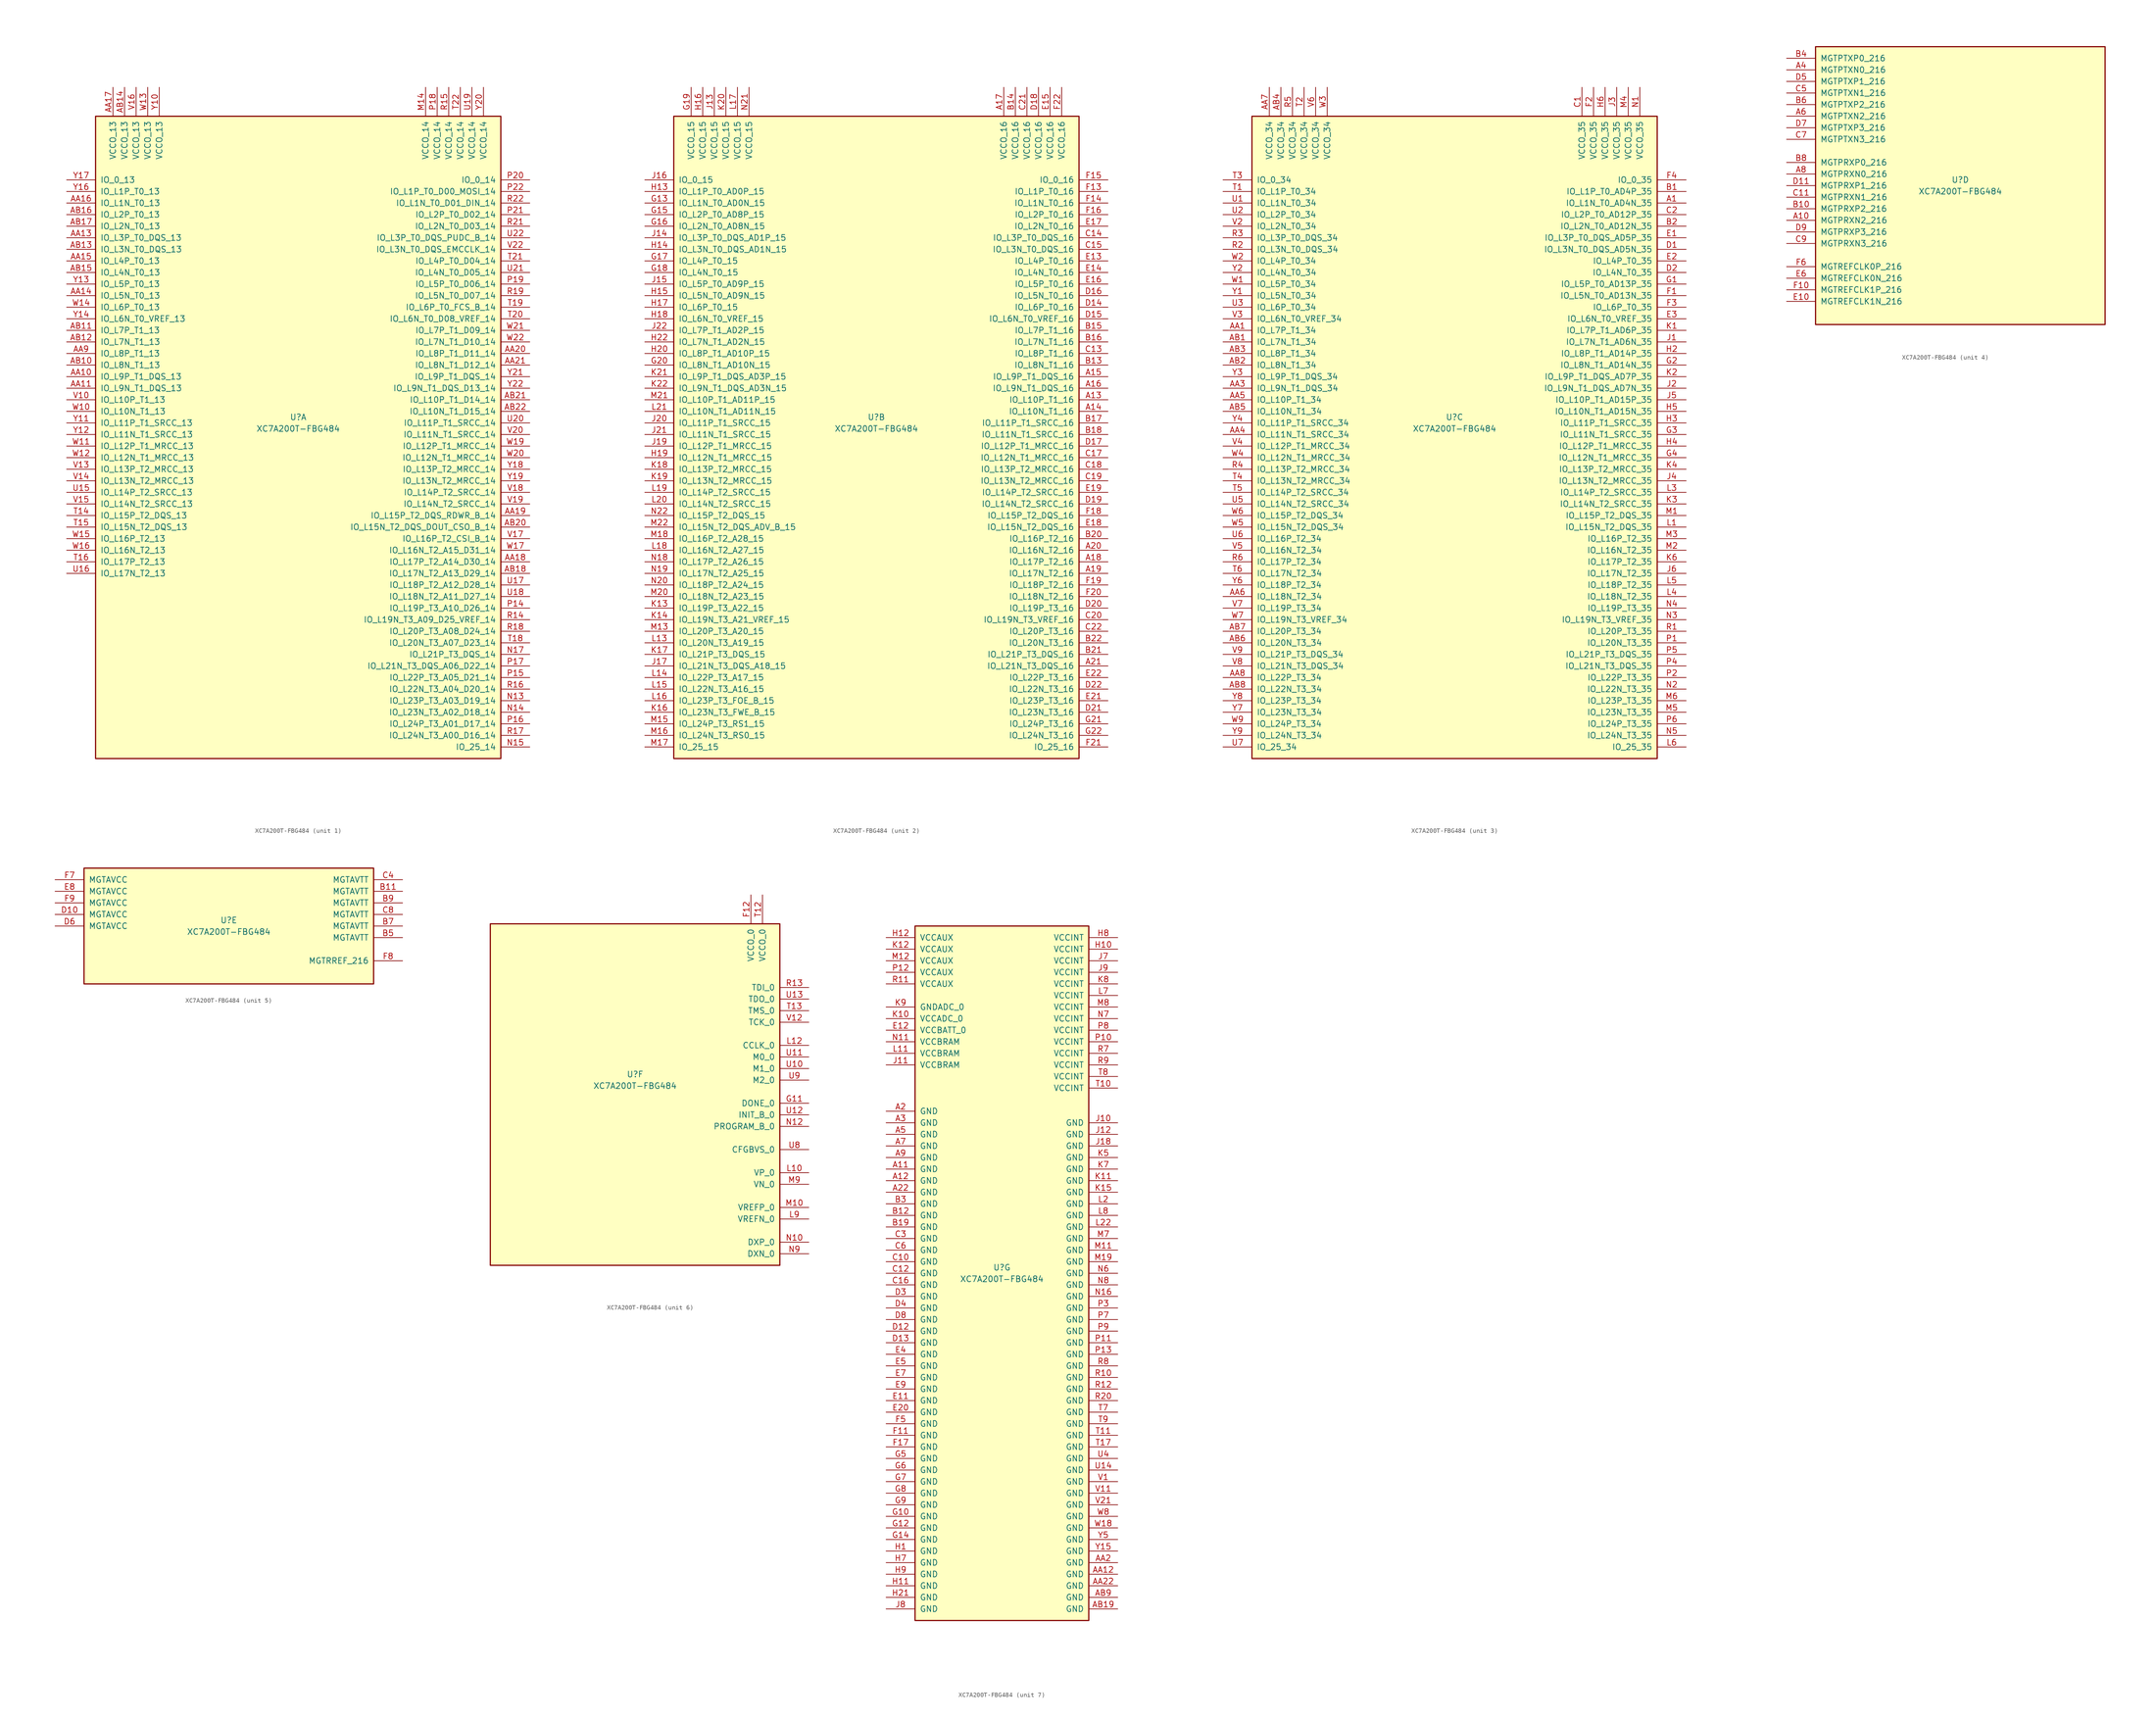
<source format=kicad_sym>
(kicad_symbol_lib
  (version 20231120)
  (generator "kicad_symbol_editor")
  (generator_version "8.0")
  (symbol "XC7A200T-FBG484"
    (pin_names
      (offset 1.016))
    (property "Reference" "U"
      (at 0 1.27 0)
      (effects (font (size 1.27 1.27))))
    (property "Value" "XC7A200T-FBG484"
      (at 0 -1.27 0)
      (effects (font (size 1.27 1.27))))
    (property "Datasheet" ""
      (at 0 0 0)
      (effects (font (size 1.27 1.27))))
    (property "ki_locked" ""
      (at 0 0 0)
      (effects (font (size 1.27 1.27))))
    (symbol "XC7A200T-FBG484_1_1"
      (rectangle (start -44.45 67.31) (end 44.45 -73.66) (stroke (width 0.254) (type solid)) (fill (type background)))
      (pin bidirectional line (at -50.8 10.16 0) (length 6.35) (name "IO_L9P_T1_DQS_13" (effects (font (size 1.27 1.27)))) (number "AA10" (effects (font (size 1.27 1.27)))))
      (pin bidirectional line (at -50.8 7.62 0) (length 6.35) (name "IO_L9N_T1_DQS_13" (effects (font (size 1.27 1.27)))) (number "AA11" (effects (font (size 1.27 1.27)))))
      (pin bidirectional line (at -50.8 40.64 0) (length 6.35) (name "IO_L3P_T0_DQS_13" (effects (font (size 1.27 1.27)))) (number "AA13" (effects (font (size 1.27 1.27)))))
      (pin bidirectional line (at -50.8 27.94 0) (length 6.35) (name "IO_L5N_T0_13" (effects (font (size 1.27 1.27)))) (number "AA14" (effects (font (size 1.27 1.27)))))
      (pin bidirectional line (at -50.8 35.56 0) (length 6.35) (name "IO_L4P_T0_13" (effects (font (size 1.27 1.27)))) (number "AA15" (effects (font (size 1.27 1.27)))))
      (pin bidirectional line (at -50.8 48.26 0) (length 6.35) (name "IO_L1N_T0_13" (effects (font (size 1.27 1.27)))) (number "AA16" (effects (font (size 1.27 1.27)))))
      (pin power_in line (at -40.64 73.66 270) (length 6.35) (name "VCCO_13" (effects (font (size 1.27 1.27)))) (number "AA17" (effects (font (size 1.27 1.27)))))
      (pin bidirectional line (at 50.8 -30.48 180) (length 6.35) (name "IO_L17P_T2_A14_D30_14" (effects (font (size 1.27 1.27)))) (number "AA18" (effects (font (size 1.27 1.27)))))
      (pin bidirectional line (at 50.8 -20.32 180) (length 6.35) (name "IO_L15P_T2_DQS_RDWR_B_14" (effects (font (size 1.27 1.27)))) (number "AA19" (effects (font (size 1.27 1.27)))))
      (pin bidirectional line (at 50.8 15.24 180) (length 6.35) (name "IO_L8P_T1_D11_14" (effects (font (size 1.27 1.27)))) (number "AA20" (effects (font (size 1.27 1.27)))))
      (pin bidirectional line (at 50.8 12.7 180) (length 6.35) (name "IO_L8N_T1_D12_14" (effects (font (size 1.27 1.27)))) (number "AA21" (effects (font (size 1.27 1.27)))))
      (pin bidirectional line (at -50.8 15.24 0) (length 6.35) (name "IO_L8P_T1_13" (effects (font (size 1.27 1.27)))) (number "AA9" (effects (font (size 1.27 1.27)))))
      (pin bidirectional line (at -50.8 12.7 0) (length 6.35) (name "IO_L8N_T1_13" (effects (font (size 1.27 1.27)))) (number "AB10" (effects (font (size 1.27 1.27)))))
      (pin bidirectional line (at -50.8 20.32 0) (length 6.35) (name "IO_L7P_T1_13" (effects (font (size 1.27 1.27)))) (number "AB11" (effects (font (size 1.27 1.27)))))
      (pin bidirectional line (at -50.8 17.78 0) (length 6.35) (name "IO_L7N_T1_13" (effects (font (size 1.27 1.27)))) (number "AB12" (effects (font (size 1.27 1.27)))))
      (pin bidirectional line (at -50.8 38.1 0) (length 6.35) (name "IO_L3N_T0_DQS_13" (effects (font (size 1.27 1.27)))) (number "AB13" (effects (font (size 1.27 1.27)))))
      (pin power_in line (at -38.1 73.66 270) (length 6.35) (name "VCCO_13" (effects (font (size 1.27 1.27)))) (number "AB14" (effects (font (size 1.27 1.27)))))
      (pin bidirectional line (at -50.8 33.02 0) (length 6.35) (name "IO_L4N_T0_13" (effects (font (size 1.27 1.27)))) (number "AB15" (effects (font (size 1.27 1.27)))))
      (pin bidirectional line (at -50.8 45.72 0) (length 6.35) (name "IO_L2P_T0_13" (effects (font (size 1.27 1.27)))) (number "AB16" (effects (font (size 1.27 1.27)))))
      (pin bidirectional line (at -50.8 43.18 0) (length 6.35) (name "IO_L2N_T0_13" (effects (font (size 1.27 1.27)))) (number "AB17" (effects (font (size 1.27 1.27)))))
      (pin bidirectional line (at 50.8 -33.02 180) (length 6.35) (name "IO_L17N_T2_A13_D29_14" (effects (font (size 1.27 1.27)))) (number "AB18" (effects (font (size 1.27 1.27)))))
      (pin bidirectional line (at 50.8 -22.86 180) (length 6.35) (name "IO_L15N_T2_DQS_DOUT_CSO_B_14" (effects (font (size 1.27 1.27)))) (number "AB20" (effects (font (size 1.27 1.27)))))
      (pin bidirectional line (at 50.8 5.08 180) (length 6.35) (name "IO_L10P_T1_D14_14" (effects (font (size 1.27 1.27)))) (number "AB21" (effects (font (size 1.27 1.27)))))
      (pin bidirectional line (at 50.8 2.54 180) (length 6.35) (name "IO_L10N_T1_D15_14" (effects (font (size 1.27 1.27)))) (number "AB22" (effects (font (size 1.27 1.27)))))
      (pin power_in line (at 27.94 73.66 270) (length 6.35) (name "VCCO_14" (effects (font (size 1.27 1.27)))) (number "M14" (effects (font (size 1.27 1.27)))))
      (pin bidirectional line (at 50.8 -60.96 180) (length 6.35) (name "IO_L23P_T3_A03_D19_14" (effects (font (size 1.27 1.27)))) (number "N13" (effects (font (size 1.27 1.27)))))
      (pin bidirectional line (at 50.8 -63.5 180) (length 6.35) (name "IO_L23N_T3_A02_D18_14" (effects (font (size 1.27 1.27)))) (number "N14" (effects (font (size 1.27 1.27)))))
      (pin bidirectional line (at 50.8 -71.12 180) (length 6.35) (name "IO_25_14" (effects (font (size 1.27 1.27)))) (number "N15" (effects (font (size 1.27 1.27)))))
      (pin bidirectional line (at 50.8 -50.8 180) (length 6.35) (name "IO_L21P_T3_DQS_14" (effects (font (size 1.27 1.27)))) (number "N17" (effects (font (size 1.27 1.27)))))
      (pin bidirectional line (at 50.8 -40.64 180) (length 6.35) (name "IO_L19P_T3_A10_D26_14" (effects (font (size 1.27 1.27)))) (number "P14" (effects (font (size 1.27 1.27)))))
      (pin bidirectional line (at 50.8 -55.88 180) (length 6.35) (name "IO_L22P_T3_A05_D21_14" (effects (font (size 1.27 1.27)))) (number "P15" (effects (font (size 1.27 1.27)))))
      (pin bidirectional line (at 50.8 -66.04 180) (length 6.35) (name "IO_L24P_T3_A01_D17_14" (effects (font (size 1.27 1.27)))) (number "P16" (effects (font (size 1.27 1.27)))))
      (pin bidirectional line (at 50.8 -53.34 180) (length 6.35) (name "IO_L21N_T3_DQS_A06_D22_14" (effects (font (size 1.27 1.27)))) (number "P17" (effects (font (size 1.27 1.27)))))
      (pin power_in line (at 30.48 73.66 270) (length 6.35) (name "VCCO_14" (effects (font (size 1.27 1.27)))) (number "P18" (effects (font (size 1.27 1.27)))))
      (pin bidirectional line (at 50.8 30.48 180) (length 6.35) (name "IO_L5P_T0_D06_14" (effects (font (size 1.27 1.27)))) (number "P19" (effects (font (size 1.27 1.27)))))
      (pin bidirectional line (at 50.8 53.34 180) (length 6.35) (name "IO_0_14" (effects (font (size 1.27 1.27)))) (number "P20" (effects (font (size 1.27 1.27)))))
      (pin bidirectional line (at 50.8 45.72 180) (length 6.35) (name "IO_L2P_T0_D02_14" (effects (font (size 1.27 1.27)))) (number "P21" (effects (font (size 1.27 1.27)))))
      (pin bidirectional line (at 50.8 50.8 180) (length 6.35) (name "IO_L1P_T0_D00_MOSI_14" (effects (font (size 1.27 1.27)))) (number "P22" (effects (font (size 1.27 1.27)))))
      (pin bidirectional line (at 50.8 -43.18 180) (length 6.35) (name "IO_L19N_T3_A09_D25_VREF_14" (effects (font (size 1.27 1.27)))) (number "R14" (effects (font (size 1.27 1.27)))))
      (pin power_in line (at 33.02 73.66 270) (length 6.35) (name "VCCO_14" (effects (font (size 1.27 1.27)))) (number "R15" (effects (font (size 1.27 1.27)))))
      (pin bidirectional line (at 50.8 -58.42 180) (length 6.35) (name "IO_L22N_T3_A04_D20_14" (effects (font (size 1.27 1.27)))) (number "R16" (effects (font (size 1.27 1.27)))))
      (pin bidirectional line (at 50.8 -68.58 180) (length 6.35) (name "IO_L24N_T3_A00_D16_14" (effects (font (size 1.27 1.27)))) (number "R17" (effects (font (size 1.27 1.27)))))
      (pin bidirectional line (at 50.8 -45.72 180) (length 6.35) (name "IO_L20P_T3_A08_D24_14" (effects (font (size 1.27 1.27)))) (number "R18" (effects (font (size 1.27 1.27)))))
      (pin bidirectional line (at 50.8 27.94 180) (length 6.35) (name "IO_L5N_T0_D07_14" (effects (font (size 1.27 1.27)))) (number "R19" (effects (font (size 1.27 1.27)))))
      (pin bidirectional line (at 50.8 43.18 180) (length 6.35) (name "IO_L2N_T0_D03_14" (effects (font (size 1.27 1.27)))) (number "R21" (effects (font (size 1.27 1.27)))))
      (pin bidirectional line (at 50.8 48.26 180) (length 6.35) (name "IO_L1N_T0_D01_DIN_14" (effects (font (size 1.27 1.27)))) (number "R22" (effects (font (size 1.27 1.27)))))
      (pin bidirectional line (at -50.8 -20.32 0) (length 6.35) (name "IO_L15P_T2_DQS_13" (effects (font (size 1.27 1.27)))) (number "T14" (effects (font (size 1.27 1.27)))))
      (pin bidirectional line (at -50.8 -22.86 0) (length 6.35) (name "IO_L15N_T2_DQS_13" (effects (font (size 1.27 1.27)))) (number "T15" (effects (font (size 1.27 1.27)))))
      (pin bidirectional line (at -50.8 -30.48 0) (length 6.35) (name "IO_L17P_T2_13" (effects (font (size 1.27 1.27)))) (number "T16" (effects (font (size 1.27 1.27)))))
      (pin bidirectional line (at 50.8 -48.26 180) (length 6.35) (name "IO_L20N_T3_A07_D23_14" (effects (font (size 1.27 1.27)))) (number "T18" (effects (font (size 1.27 1.27)))))
      (pin bidirectional line (at 50.8 25.4 180) (length 6.35) (name "IO_L6P_T0_FCS_B_14" (effects (font (size 1.27 1.27)))) (number "T19" (effects (font (size 1.27 1.27)))))
      (pin bidirectional line (at 50.8 22.86 180) (length 6.35) (name "IO_L6N_T0_D08_VREF_14" (effects (font (size 1.27 1.27)))) (number "T20" (effects (font (size 1.27 1.27)))))
      (pin bidirectional line (at 50.8 35.56 180) (length 6.35) (name "IO_L4P_T0_D04_14" (effects (font (size 1.27 1.27)))) (number "T21" (effects (font (size 1.27 1.27)))))
      (pin power_in line (at 35.56 73.66 270) (length 6.35) (name "VCCO_14" (effects (font (size 1.27 1.27)))) (number "T22" (effects (font (size 1.27 1.27)))))
      (pin bidirectional line (at -50.8 -15.24 0) (length 6.35) (name "IO_L14P_T2_SRCC_13" (effects (font (size 1.27 1.27)))) (number "U15" (effects (font (size 1.27 1.27)))))
      (pin bidirectional line (at -50.8 -33.02 0) (length 6.35) (name "IO_L17N_T2_13" (effects (font (size 1.27 1.27)))) (number "U16" (effects (font (size 1.27 1.27)))))
      (pin bidirectional line (at 50.8 -35.56 180) (length 6.35) (name "IO_L18P_T2_A12_D28_14" (effects (font (size 1.27 1.27)))) (number "U17" (effects (font (size 1.27 1.27)))))
      (pin bidirectional line (at 50.8 -38.1 180) (length 6.35) (name "IO_L18N_T2_A11_D27_14" (effects (font (size 1.27 1.27)))) (number "U18" (effects (font (size 1.27 1.27)))))
      (pin power_in line (at 38.1 73.66 270) (length 6.35) (name "VCCO_14" (effects (font (size 1.27 1.27)))) (number "U19" (effects (font (size 1.27 1.27)))))
      (pin bidirectional line (at 50.8 0 180) (length 6.35) (name "IO_L11P_T1_SRCC_14" (effects (font (size 1.27 1.27)))) (number "U20" (effects (font (size 1.27 1.27)))))
      (pin bidirectional line (at 50.8 33.02 180) (length 6.35) (name "IO_L4N_T0_D05_14" (effects (font (size 1.27 1.27)))) (number "U21" (effects (font (size 1.27 1.27)))))
      (pin bidirectional line (at 50.8 40.64 180) (length 6.35) (name "IO_L3P_T0_DQS_PUDC_B_14" (effects (font (size 1.27 1.27)))) (number "U22" (effects (font (size 1.27 1.27)))))
      (pin bidirectional line (at -50.8 5.08 0) (length 6.35) (name "IO_L10P_T1_13" (effects (font (size 1.27 1.27)))) (number "V10" (effects (font (size 1.27 1.27)))))
      (pin bidirectional line (at -50.8 -10.16 0) (length 6.35) (name "IO_L13P_T2_MRCC_13" (effects (font (size 1.27 1.27)))) (number "V13" (effects (font (size 1.27 1.27)))))
      (pin bidirectional line (at -50.8 -12.7 0) (length 6.35) (name "IO_L13N_T2_MRCC_13" (effects (font (size 1.27 1.27)))) (number "V14" (effects (font (size 1.27 1.27)))))
      (pin bidirectional line (at -50.8 -17.78 0) (length 6.35) (name "IO_L14N_T2_SRCC_13" (effects (font (size 1.27 1.27)))) (number "V15" (effects (font (size 1.27 1.27)))))
      (pin power_in line (at -35.56 73.66 270) (length 6.35) (name "VCCO_13" (effects (font (size 1.27 1.27)))) (number "V16" (effects (font (size 1.27 1.27)))))
      (pin bidirectional line (at 50.8 -25.4 180) (length 6.35) (name "IO_L16P_T2_CSI_B_14" (effects (font (size 1.27 1.27)))) (number "V17" (effects (font (size 1.27 1.27)))))
      (pin bidirectional line (at 50.8 -15.24 180) (length 6.35) (name "IO_L14P_T2_SRCC_14" (effects (font (size 1.27 1.27)))) (number "V18" (effects (font (size 1.27 1.27)))))
      (pin bidirectional line (at 50.8 -17.78 180) (length 6.35) (name "IO_L14N_T2_SRCC_14" (effects (font (size 1.27 1.27)))) (number "V19" (effects (font (size 1.27 1.27)))))
      (pin bidirectional line (at 50.8 -2.54 180) (length 6.35) (name "IO_L11N_T1_SRCC_14" (effects (font (size 1.27 1.27)))) (number "V20" (effects (font (size 1.27 1.27)))))
      (pin bidirectional line (at 50.8 38.1 180) (length 6.35) (name "IO_L3N_T0_DQS_EMCCLK_14" (effects (font (size 1.27 1.27)))) (number "V22" (effects (font (size 1.27 1.27)))))
      (pin bidirectional line (at -50.8 2.54 0) (length 6.35) (name "IO_L10N_T1_13" (effects (font (size 1.27 1.27)))) (number "W10" (effects (font (size 1.27 1.27)))))
      (pin bidirectional line (at -50.8 -5.08 0) (length 6.35) (name "IO_L12P_T1_MRCC_13" (effects (font (size 1.27 1.27)))) (number "W11" (effects (font (size 1.27 1.27)))))
      (pin bidirectional line (at -50.8 -7.62 0) (length 6.35) (name "IO_L12N_T1_MRCC_13" (effects (font (size 1.27 1.27)))) (number "W12" (effects (font (size 1.27 1.27)))))
      (pin power_in line (at -33.02 73.66 270) (length 6.35) (name "VCCO_13" (effects (font (size 1.27 1.27)))) (number "W13" (effects (font (size 1.27 1.27)))))
      (pin bidirectional line (at -50.8 25.4 0) (length 6.35) (name "IO_L6P_T0_13" (effects (font (size 1.27 1.27)))) (number "W14" (effects (font (size 1.27 1.27)))))
      (pin bidirectional line (at -50.8 -25.4 0) (length 6.35) (name "IO_L16P_T2_13" (effects (font (size 1.27 1.27)))) (number "W15" (effects (font (size 1.27 1.27)))))
      (pin bidirectional line (at -50.8 -27.94 0) (length 6.35) (name "IO_L16N_T2_13" (effects (font (size 1.27 1.27)))) (number "W16" (effects (font (size 1.27 1.27)))))
      (pin bidirectional line (at 50.8 -27.94 180) (length 6.35) (name "IO_L16N_T2_A15_D31_14" (effects (font (size 1.27 1.27)))) (number "W17" (effects (font (size 1.27 1.27)))))
      (pin bidirectional line (at 50.8 -5.08 180) (length 6.35) (name "IO_L12P_T1_MRCC_14" (effects (font (size 1.27 1.27)))) (number "W19" (effects (font (size 1.27 1.27)))))
      (pin bidirectional line (at 50.8 -7.62 180) (length 6.35) (name "IO_L12N_T1_MRCC_14" (effects (font (size 1.27 1.27)))) (number "W20" (effects (font (size 1.27 1.27)))))
      (pin bidirectional line (at 50.8 20.32 180) (length 6.35) (name "IO_L7P_T1_D09_14" (effects (font (size 1.27 1.27)))) (number "W21" (effects (font (size 1.27 1.27)))))
      (pin bidirectional line (at 50.8 17.78 180) (length 6.35) (name "IO_L7N_T1_D10_14" (effects (font (size 1.27 1.27)))) (number "W22" (effects (font (size 1.27 1.27)))))
      (pin power_in line (at -30.48 73.66 270) (length 6.35) (name "VCCO_13" (effects (font (size 1.27 1.27)))) (number "Y10" (effects (font (size 1.27 1.27)))))
      (pin bidirectional line (at -50.8 0 0) (length 6.35) (name "IO_L11P_T1_SRCC_13" (effects (font (size 1.27 1.27)))) (number "Y11" (effects (font (size 1.27 1.27)))))
      (pin bidirectional line (at -50.8 -2.54 0) (length 6.35) (name "IO_L11N_T1_SRCC_13" (effects (font (size 1.27 1.27)))) (number "Y12" (effects (font (size 1.27 1.27)))))
      (pin bidirectional line (at -50.8 30.48 0) (length 6.35) (name "IO_L5P_T0_13" (effects (font (size 1.27 1.27)))) (number "Y13" (effects (font (size 1.27 1.27)))))
      (pin bidirectional line (at -50.8 22.86 0) (length 6.35) (name "IO_L6N_T0_VREF_13" (effects (font (size 1.27 1.27)))) (number "Y14" (effects (font (size 1.27 1.27)))))
      (pin bidirectional line (at -50.8 50.8 0) (length 6.35) (name "IO_L1P_T0_13" (effects (font (size 1.27 1.27)))) (number "Y16" (effects (font (size 1.27 1.27)))))
      (pin bidirectional line (at -50.8 53.34 0) (length 6.35) (name "IO_0_13" (effects (font (size 1.27 1.27)))) (number "Y17" (effects (font (size 1.27 1.27)))))
      (pin bidirectional line (at 50.8 -10.16 180) (length 6.35) (name "IO_L13P_T2_MRCC_14" (effects (font (size 1.27 1.27)))) (number "Y18" (effects (font (size 1.27 1.27)))))
      (pin bidirectional line (at 50.8 -12.7 180) (length 6.35) (name "IO_L13N_T2_MRCC_14" (effects (font (size 1.27 1.27)))) (number "Y19" (effects (font (size 1.27 1.27)))))
      (pin power_in line (at 40.64 73.66 270) (length 6.35) (name "VCCO_14" (effects (font (size 1.27 1.27)))) (number "Y20" (effects (font (size 1.27 1.27)))))
      (pin bidirectional line (at 50.8 10.16 180) (length 6.35) (name "IO_L9P_T1_DQS_14" (effects (font (size 1.27 1.27)))) (number "Y21" (effects (font (size 1.27 1.27)))))
      (pin bidirectional line (at 50.8 7.62 180) (length 6.35) (name "IO_L9N_T1_DQS_D13_14" (effects (font (size 1.27 1.27)))) (number "Y22" (effects (font (size 1.27 1.27))))))
    (symbol "XC7A200T-FBG484_2_1"
      (rectangle (start -44.45 67.31) (end 44.45 -73.66) (stroke (width 0.254) (type solid)) (fill (type background)))
      (pin bidirectional line (at 50.8 5.08 180) (length 6.35) (name "IO_L10P_T1_16" (effects (font (size 1.27 1.27)))) (number "A13" (effects (font (size 1.27 1.27)))))
      (pin bidirectional line (at 50.8 2.54 180) (length 6.35) (name "IO_L10N_T1_16" (effects (font (size 1.27 1.27)))) (number "A14" (effects (font (size 1.27 1.27)))))
      (pin bidirectional line (at 50.8 10.16 180) (length 6.35) (name "IO_L9P_T1_DQS_16" (effects (font (size 1.27 1.27)))) (number "A15" (effects (font (size 1.27 1.27)))))
      (pin bidirectional line (at 50.8 7.62 180) (length 6.35) (name "IO_L9N_T1_DQS_16" (effects (font (size 1.27 1.27)))) (number "A16" (effects (font (size 1.27 1.27)))))
      (pin power_in line (at 27.94 73.66 270) (length 6.35) (name "VCCO_16" (effects (font (size 1.27 1.27)))) (number "A17" (effects (font (size 1.27 1.27)))))
      (pin bidirectional line (at 50.8 -30.48 180) (length 6.35) (name "IO_L17P_T2_16" (effects (font (size 1.27 1.27)))) (number "A18" (effects (font (size 1.27 1.27)))))
      (pin bidirectional line (at 50.8 -33.02 180) (length 6.35) (name "IO_L17N_T2_16" (effects (font (size 1.27 1.27)))) (number "A19" (effects (font (size 1.27 1.27)))))
      (pin bidirectional line (at 50.8 -27.94 180) (length 6.35) (name "IO_L16N_T2_16" (effects (font (size 1.27 1.27)))) (number "A20" (effects (font (size 1.27 1.27)))))
      (pin bidirectional line (at 50.8 -53.34 180) (length 6.35) (name "IO_L21N_T3_DQS_16" (effects (font (size 1.27 1.27)))) (number "A21" (effects (font (size 1.27 1.27)))))
      (pin bidirectional line (at 50.8 12.7 180) (length 6.35) (name "IO_L8N_T1_16" (effects (font (size 1.27 1.27)))) (number "B13" (effects (font (size 1.27 1.27)))))
      (pin power_in line (at 30.48 73.66 270) (length 6.35) (name "VCCO_16" (effects (font (size 1.27 1.27)))) (number "B14" (effects (font (size 1.27 1.27)))))
      (pin bidirectional line (at 50.8 20.32 180) (length 6.35) (name "IO_L7P_T1_16" (effects (font (size 1.27 1.27)))) (number "B15" (effects (font (size 1.27 1.27)))))
      (pin bidirectional line (at 50.8 17.78 180) (length 6.35) (name "IO_L7N_T1_16" (effects (font (size 1.27 1.27)))) (number "B16" (effects (font (size 1.27 1.27)))))
      (pin bidirectional line (at 50.8 0 180) (length 6.35) (name "IO_L11P_T1_SRCC_16" (effects (font (size 1.27 1.27)))) (number "B17" (effects (font (size 1.27 1.27)))))
      (pin bidirectional line (at 50.8 -2.54 180) (length 6.35) (name "IO_L11N_T1_SRCC_16" (effects (font (size 1.27 1.27)))) (number "B18" (effects (font (size 1.27 1.27)))))
      (pin bidirectional line (at 50.8 -25.4 180) (length 6.35) (name "IO_L16P_T2_16" (effects (font (size 1.27 1.27)))) (number "B20" (effects (font (size 1.27 1.27)))))
      (pin bidirectional line (at 50.8 -50.8 180) (length 6.35) (name "IO_L21P_T3_DQS_16" (effects (font (size 1.27 1.27)))) (number "B21" (effects (font (size 1.27 1.27)))))
      (pin bidirectional line (at 50.8 -48.26 180) (length 6.35) (name "IO_L20N_T3_16" (effects (font (size 1.27 1.27)))) (number "B22" (effects (font (size 1.27 1.27)))))
      (pin bidirectional line (at 50.8 15.24 180) (length 6.35) (name "IO_L8P_T1_16" (effects (font (size 1.27 1.27)))) (number "C13" (effects (font (size 1.27 1.27)))))
      (pin bidirectional line (at 50.8 40.64 180) (length 6.35) (name "IO_L3P_T0_DQS_16" (effects (font (size 1.27 1.27)))) (number "C14" (effects (font (size 1.27 1.27)))))
      (pin bidirectional line (at 50.8 38.1 180) (length 6.35) (name "IO_L3N_T0_DQS_16" (effects (font (size 1.27 1.27)))) (number "C15" (effects (font (size 1.27 1.27)))))
      (pin bidirectional line (at 50.8 -7.62 180) (length 6.35) (name "IO_L12N_T1_MRCC_16" (effects (font (size 1.27 1.27)))) (number "C17" (effects (font (size 1.27 1.27)))))
      (pin bidirectional line (at 50.8 -10.16 180) (length 6.35) (name "IO_L13P_T2_MRCC_16" (effects (font (size 1.27 1.27)))) (number "C18" (effects (font (size 1.27 1.27)))))
      (pin bidirectional line (at 50.8 -12.7 180) (length 6.35) (name "IO_L13N_T2_MRCC_16" (effects (font (size 1.27 1.27)))) (number "C19" (effects (font (size 1.27 1.27)))))
      (pin bidirectional line (at 50.8 -43.18 180) (length 6.35) (name "IO_L19N_T3_VREF_16" (effects (font (size 1.27 1.27)))) (number "C20" (effects (font (size 1.27 1.27)))))
      (pin power_in line (at 33.02 73.66 270) (length 6.35) (name "VCCO_16" (effects (font (size 1.27 1.27)))) (number "C21" (effects (font (size 1.27 1.27)))))
      (pin bidirectional line (at 50.8 -45.72 180) (length 6.35) (name "IO_L20P_T3_16" (effects (font (size 1.27 1.27)))) (number "C22" (effects (font (size 1.27 1.27)))))
      (pin bidirectional line (at 50.8 25.4 180) (length 6.35) (name "IO_L6P_T0_16" (effects (font (size 1.27 1.27)))) (number "D14" (effects (font (size 1.27 1.27)))))
      (pin bidirectional line (at 50.8 22.86 180) (length 6.35) (name "IO_L6N_T0_VREF_16" (effects (font (size 1.27 1.27)))) (number "D15" (effects (font (size 1.27 1.27)))))
      (pin bidirectional line (at 50.8 27.94 180) (length 6.35) (name "IO_L5N_T0_16" (effects (font (size 1.27 1.27)))) (number "D16" (effects (font (size 1.27 1.27)))))
      (pin bidirectional line (at 50.8 -5.08 180) (length 6.35) (name "IO_L12P_T1_MRCC_16" (effects (font (size 1.27 1.27)))) (number "D17" (effects (font (size 1.27 1.27)))))
      (pin power_in line (at 35.56 73.66 270) (length 6.35) (name "VCCO_16" (effects (font (size 1.27 1.27)))) (number "D18" (effects (font (size 1.27 1.27)))))
      (pin bidirectional line (at 50.8 -17.78 180) (length 6.35) (name "IO_L14N_T2_SRCC_16" (effects (font (size 1.27 1.27)))) (number "D19" (effects (font (size 1.27 1.27)))))
      (pin bidirectional line (at 50.8 -40.64 180) (length 6.35) (name "IO_L19P_T3_16" (effects (font (size 1.27 1.27)))) (number "D20" (effects (font (size 1.27 1.27)))))
      (pin bidirectional line (at 50.8 -63.5 180) (length 6.35) (name "IO_L23N_T3_16" (effects (font (size 1.27 1.27)))) (number "D21" (effects (font (size 1.27 1.27)))))
      (pin bidirectional line (at 50.8 -58.42 180) (length 6.35) (name "IO_L22N_T3_16" (effects (font (size 1.27 1.27)))) (number "D22" (effects (font (size 1.27 1.27)))))
      (pin bidirectional line (at 50.8 35.56 180) (length 6.35) (name "IO_L4P_T0_16" (effects (font (size 1.27 1.27)))) (number "E13" (effects (font (size 1.27 1.27)))))
      (pin bidirectional line (at 50.8 33.02 180) (length 6.35) (name "IO_L4N_T0_16" (effects (font (size 1.27 1.27)))) (number "E14" (effects (font (size 1.27 1.27)))))
      (pin power_in line (at 38.1 73.66 270) (length 6.35) (name "VCCO_16" (effects (font (size 1.27 1.27)))) (number "E15" (effects (font (size 1.27 1.27)))))
      (pin bidirectional line (at 50.8 30.48 180) (length 6.35) (name "IO_L5P_T0_16" (effects (font (size 1.27 1.27)))) (number "E16" (effects (font (size 1.27 1.27)))))
      (pin bidirectional line (at 50.8 43.18 180) (length 6.35) (name "IO_L2N_T0_16" (effects (font (size 1.27 1.27)))) (number "E17" (effects (font (size 1.27 1.27)))))
      (pin bidirectional line (at 50.8 -22.86 180) (length 6.35) (name "IO_L15N_T2_DQS_16" (effects (font (size 1.27 1.27)))) (number "E18" (effects (font (size 1.27 1.27)))))
      (pin bidirectional line (at 50.8 -15.24 180) (length 6.35) (name "IO_L14P_T2_SRCC_16" (effects (font (size 1.27 1.27)))) (number "E19" (effects (font (size 1.27 1.27)))))
      (pin bidirectional line (at 50.8 -60.96 180) (length 6.35) (name "IO_L23P_T3_16" (effects (font (size 1.27 1.27)))) (number "E21" (effects (font (size 1.27 1.27)))))
      (pin bidirectional line (at 50.8 -55.88 180) (length 6.35) (name "IO_L22P_T3_16" (effects (font (size 1.27 1.27)))) (number "E22" (effects (font (size 1.27 1.27)))))
      (pin bidirectional line (at 50.8 50.8 180) (length 6.35) (name "IO_L1P_T0_16" (effects (font (size 1.27 1.27)))) (number "F13" (effects (font (size 1.27 1.27)))))
      (pin bidirectional line (at 50.8 48.26 180) (length 6.35) (name "IO_L1N_T0_16" (effects (font (size 1.27 1.27)))) (number "F14" (effects (font (size 1.27 1.27)))))
      (pin bidirectional line (at 50.8 53.34 180) (length 6.35) (name "IO_0_16" (effects (font (size 1.27 1.27)))) (number "F15" (effects (font (size 1.27 1.27)))))
      (pin bidirectional line (at 50.8 45.72 180) (length 6.35) (name "IO_L2P_T0_16" (effects (font (size 1.27 1.27)))) (number "F16" (effects (font (size 1.27 1.27)))))
      (pin bidirectional line (at 50.8 -20.32 180) (length 6.35) (name "IO_L15P_T2_DQS_16" (effects (font (size 1.27 1.27)))) (number "F18" (effects (font (size 1.27 1.27)))))
      (pin bidirectional line (at 50.8 -35.56 180) (length 6.35) (name "IO_L18P_T2_16" (effects (font (size 1.27 1.27)))) (number "F19" (effects (font (size 1.27 1.27)))))
      (pin bidirectional line (at 50.8 -38.1 180) (length 6.35) (name "IO_L18N_T2_16" (effects (font (size 1.27 1.27)))) (number "F20" (effects (font (size 1.27 1.27)))))
      (pin bidirectional line (at 50.8 -71.12 180) (length 6.35) (name "IO_25_16" (effects (font (size 1.27 1.27)))) (number "F21" (effects (font (size 1.27 1.27)))))
      (pin power_in line (at 40.64 73.66 270) (length 6.35) (name "VCCO_16" (effects (font (size 1.27 1.27)))) (number "F22" (effects (font (size 1.27 1.27)))))
      (pin bidirectional line (at -50.8 48.26 0) (length 6.35) (name "IO_L1N_T0_AD0N_15" (effects (font (size 1.27 1.27)))) (number "G13" (effects (font (size 1.27 1.27)))))
      (pin bidirectional line (at -50.8 45.72 0) (length 6.35) (name "IO_L2P_T0_AD8P_15" (effects (font (size 1.27 1.27)))) (number "G15" (effects (font (size 1.27 1.27)))))
      (pin bidirectional line (at -50.8 43.18 0) (length 6.35) (name "IO_L2N_T0_AD8N_15" (effects (font (size 1.27 1.27)))) (number "G16" (effects (font (size 1.27 1.27)))))
      (pin bidirectional line (at -50.8 35.56 0) (length 6.35) (name "IO_L4P_T0_15" (effects (font (size 1.27 1.27)))) (number "G17" (effects (font (size 1.27 1.27)))))
      (pin bidirectional line (at -50.8 33.02 0) (length 6.35) (name "IO_L4N_T0_15" (effects (font (size 1.27 1.27)))) (number "G18" (effects (font (size 1.27 1.27)))))
      (pin power_in line (at -40.64 73.66 270) (length 6.35) (name "VCCO_15" (effects (font (size 1.27 1.27)))) (number "G19" (effects (font (size 1.27 1.27)))))
      (pin bidirectional line (at -50.8 12.7 0) (length 6.35) (name "IO_L8N_T1_AD10N_15" (effects (font (size 1.27 1.27)))) (number "G20" (effects (font (size 1.27 1.27)))))
      (pin bidirectional line (at 50.8 -66.04 180) (length 6.35) (name "IO_L24P_T3_16" (effects (font (size 1.27 1.27)))) (number "G21" (effects (font (size 1.27 1.27)))))
      (pin bidirectional line (at 50.8 -68.58 180) (length 6.35) (name "IO_L24N_T3_16" (effects (font (size 1.27 1.27)))) (number "G22" (effects (font (size 1.27 1.27)))))
      (pin bidirectional line (at -50.8 50.8 0) (length 6.35) (name "IO_L1P_T0_AD0P_15" (effects (font (size 1.27 1.27)))) (number "H13" (effects (font (size 1.27 1.27)))))
      (pin bidirectional line (at -50.8 38.1 0) (length 6.35) (name "IO_L3N_T0_DQS_AD1N_15" (effects (font (size 1.27 1.27)))) (number "H14" (effects (font (size 1.27 1.27)))))
      (pin bidirectional line (at -50.8 27.94 0) (length 6.35) (name "IO_L5N_T0_AD9N_15" (effects (font (size 1.27 1.27)))) (number "H15" (effects (font (size 1.27 1.27)))))
      (pin power_in line (at -38.1 73.66 270) (length 6.35) (name "VCCO_15" (effects (font (size 1.27 1.27)))) (number "H16" (effects (font (size 1.27 1.27)))))
      (pin bidirectional line (at -50.8 25.4 0) (length 6.35) (name "IO_L6P_T0_15" (effects (font (size 1.27 1.27)))) (number "H17" (effects (font (size 1.27 1.27)))))
      (pin bidirectional line (at -50.8 22.86 0) (length 6.35) (name "IO_L6N_T0_VREF_15" (effects (font (size 1.27 1.27)))) (number "H18" (effects (font (size 1.27 1.27)))))
      (pin bidirectional line (at -50.8 -7.62 0) (length 6.35) (name "IO_L12N_T1_MRCC_15" (effects (font (size 1.27 1.27)))) (number "H19" (effects (font (size 1.27 1.27)))))
      (pin bidirectional line (at -50.8 15.24 0) (length 6.35) (name "IO_L8P_T1_AD10P_15" (effects (font (size 1.27 1.27)))) (number "H20" (effects (font (size 1.27 1.27)))))
      (pin bidirectional line (at -50.8 17.78 0) (length 6.35) (name "IO_L7N_T1_AD2N_15" (effects (font (size 1.27 1.27)))) (number "H22" (effects (font (size 1.27 1.27)))))
      (pin power_in line (at -35.56 73.66 270) (length 6.35) (name "VCCO_15" (effects (font (size 1.27 1.27)))) (number "J13" (effects (font (size 1.27 1.27)))))
      (pin bidirectional line (at -50.8 40.64 0) (length 6.35) (name "IO_L3P_T0_DQS_AD1P_15" (effects (font (size 1.27 1.27)))) (number "J14" (effects (font (size 1.27 1.27)))))
      (pin bidirectional line (at -50.8 30.48 0) (length 6.35) (name "IO_L5P_T0_AD9P_15" (effects (font (size 1.27 1.27)))) (number "J15" (effects (font (size 1.27 1.27)))))
      (pin bidirectional line (at -50.8 53.34 0) (length 6.35) (name "IO_0_15" (effects (font (size 1.27 1.27)))) (number "J16" (effects (font (size 1.27 1.27)))))
      (pin bidirectional line (at -50.8 -53.34 0) (length 6.35) (name "IO_L21N_T3_DQS_A18_15" (effects (font (size 1.27 1.27)))) (number "J17" (effects (font (size 1.27 1.27)))))
      (pin bidirectional line (at -50.8 -5.08 0) (length 6.35) (name "IO_L12P_T1_MRCC_15" (effects (font (size 1.27 1.27)))) (number "J19" (effects (font (size 1.27 1.27)))))
      (pin bidirectional line (at -50.8 0 0) (length 6.35) (name "IO_L11P_T1_SRCC_15" (effects (font (size 1.27 1.27)))) (number "J20" (effects (font (size 1.27 1.27)))))
      (pin bidirectional line (at -50.8 -2.54 0) (length 6.35) (name "IO_L11N_T1_SRCC_15" (effects (font (size 1.27 1.27)))) (number "J21" (effects (font (size 1.27 1.27)))))
      (pin bidirectional line (at -50.8 20.32 0) (length 6.35) (name "IO_L7P_T1_AD2P_15" (effects (font (size 1.27 1.27)))) (number "J22" (effects (font (size 1.27 1.27)))))
      (pin bidirectional line (at -50.8 -40.64 0) (length 6.35) (name "IO_L19P_T3_A22_15" (effects (font (size 1.27 1.27)))) (number "K13" (effects (font (size 1.27 1.27)))))
      (pin bidirectional line (at -50.8 -43.18 0) (length 6.35) (name "IO_L19N_T3_A21_VREF_15" (effects (font (size 1.27 1.27)))) (number "K14" (effects (font (size 1.27 1.27)))))
      (pin bidirectional line (at -50.8 -63.5 0) (length 6.35) (name "IO_L23N_T3_FWE_B_15" (effects (font (size 1.27 1.27)))) (number "K16" (effects (font (size 1.27 1.27)))))
      (pin bidirectional line (at -50.8 -50.8 0) (length 6.35) (name "IO_L21P_T3_DQS_15" (effects (font (size 1.27 1.27)))) (number "K17" (effects (font (size 1.27 1.27)))))
      (pin bidirectional line (at -50.8 -10.16 0) (length 6.35) (name "IO_L13P_T2_MRCC_15" (effects (font (size 1.27 1.27)))) (number "K18" (effects (font (size 1.27 1.27)))))
      (pin bidirectional line (at -50.8 -12.7 0) (length 6.35) (name "IO_L13N_T2_MRCC_15" (effects (font (size 1.27 1.27)))) (number "K19" (effects (font (size 1.27 1.27)))))
      (pin power_in line (at -33.02 73.66 270) (length 6.35) (name "VCCO_15" (effects (font (size 1.27 1.27)))) (number "K20" (effects (font (size 1.27 1.27)))))
      (pin bidirectional line (at -50.8 10.16 0) (length 6.35) (name "IO_L9P_T1_DQS_AD3P_15" (effects (font (size 1.27 1.27)))) (number "K21" (effects (font (size 1.27 1.27)))))
      (pin bidirectional line (at -50.8 7.62 0) (length 6.35) (name "IO_L9N_T1_DQS_AD3N_15" (effects (font (size 1.27 1.27)))) (number "K22" (effects (font (size 1.27 1.27)))))
      (pin bidirectional line (at -50.8 -48.26 0) (length 6.35) (name "IO_L20N_T3_A19_15" (effects (font (size 1.27 1.27)))) (number "L13" (effects (font (size 1.27 1.27)))))
      (pin bidirectional line (at -50.8 -55.88 0) (length 6.35) (name "IO_L22P_T3_A17_15" (effects (font (size 1.27 1.27)))) (number "L14" (effects (font (size 1.27 1.27)))))
      (pin bidirectional line (at -50.8 -58.42 0) (length 6.35) (name "IO_L22N_T3_A16_15" (effects (font (size 1.27 1.27)))) (number "L15" (effects (font (size 1.27 1.27)))))
      (pin bidirectional line (at -50.8 -60.96 0) (length 6.35) (name "IO_L23P_T3_FOE_B_15" (effects (font (size 1.27 1.27)))) (number "L16" (effects (font (size 1.27 1.27)))))
      (pin power_in line (at -30.48 73.66 270) (length 6.35) (name "VCCO_15" (effects (font (size 1.27 1.27)))) (number "L17" (effects (font (size 1.27 1.27)))))
      (pin bidirectional line (at -50.8 -27.94 0) (length 6.35) (name "IO_L16N_T2_A27_15" (effects (font (size 1.27 1.27)))) (number "L18" (effects (font (size 1.27 1.27)))))
      (pin bidirectional line (at -50.8 -15.24 0) (length 6.35) (name "IO_L14P_T2_SRCC_15" (effects (font (size 1.27 1.27)))) (number "L19" (effects (font (size 1.27 1.27)))))
      (pin bidirectional line (at -50.8 -17.78 0) (length 6.35) (name "IO_L14N_T2_SRCC_15" (effects (font (size 1.27 1.27)))) (number "L20" (effects (font (size 1.27 1.27)))))
      (pin bidirectional line (at -50.8 2.54 0) (length 6.35) (name "IO_L10N_T1_AD11N_15" (effects (font (size 1.27 1.27)))) (number "L21" (effects (font (size 1.27 1.27)))))
      (pin bidirectional line (at -50.8 -45.72 0) (length 6.35) (name "IO_L20P_T3_A20_15" (effects (font (size 1.27 1.27)))) (number "M13" (effects (font (size 1.27 1.27)))))
      (pin bidirectional line (at -50.8 -66.04 0) (length 6.35) (name "IO_L24P_T3_RS1_15" (effects (font (size 1.27 1.27)))) (number "M15" (effects (font (size 1.27 1.27)))))
      (pin bidirectional line (at -50.8 -68.58 0) (length 6.35) (name "IO_L24N_T3_RS0_15" (effects (font (size 1.27 1.27)))) (number "M16" (effects (font (size 1.27 1.27)))))
      (pin bidirectional line (at -50.8 -71.12 0) (length 6.35) (name "IO_25_15" (effects (font (size 1.27 1.27)))) (number "M17" (effects (font (size 1.27 1.27)))))
      (pin bidirectional line (at -50.8 -25.4 0) (length 6.35) (name "IO_L16P_T2_A28_15" (effects (font (size 1.27 1.27)))) (number "M18" (effects (font (size 1.27 1.27)))))
      (pin bidirectional line (at -50.8 -38.1 0) (length 6.35) (name "IO_L18N_T2_A23_15" (effects (font (size 1.27 1.27)))) (number "M20" (effects (font (size 1.27 1.27)))))
      (pin bidirectional line (at -50.8 5.08 0) (length 6.35) (name "IO_L10P_T1_AD11P_15" (effects (font (size 1.27 1.27)))) (number "M21" (effects (font (size 1.27 1.27)))))
      (pin bidirectional line (at -50.8 -22.86 0) (length 6.35) (name "IO_L15N_T2_DQS_ADV_B_15" (effects (font (size 1.27 1.27)))) (number "M22" (effects (font (size 1.27 1.27)))))
      (pin bidirectional line (at -50.8 -30.48 0) (length 6.35) (name "IO_L17P_T2_A26_15" (effects (font (size 1.27 1.27)))) (number "N18" (effects (font (size 1.27 1.27)))))
      (pin bidirectional line (at -50.8 -33.02 0) (length 6.35) (name "IO_L17N_T2_A25_15" (effects (font (size 1.27 1.27)))) (number "N19" (effects (font (size 1.27 1.27)))))
      (pin bidirectional line (at -50.8 -35.56 0) (length 6.35) (name "IO_L18P_T2_A24_15" (effects (font (size 1.27 1.27)))) (number "N20" (effects (font (size 1.27 1.27)))))
      (pin power_in line (at -27.94 73.66 270) (length 6.35) (name "VCCO_15" (effects (font (size 1.27 1.27)))) (number "N21" (effects (font (size 1.27 1.27)))))
      (pin bidirectional line (at -50.8 -20.32 0) (length 6.35) (name "IO_L15P_T2_DQS_15" (effects (font (size 1.27 1.27)))) (number "N22" (effects (font (size 1.27 1.27))))))
    (symbol "XC7A200T-FBG484_3_1"
      (rectangle (start -44.45 67.31) (end 44.45 -73.66) (stroke (width 0.254) (type solid)) (fill (type background)))
      (pin bidirectional line (at 50.8 48.26 180) (length 6.35) (name "IO_L1N_T0_AD4N_35" (effects (font (size 1.27 1.27)))) (number "A1" (effects (font (size 1.27 1.27)))))
      (pin bidirectional line (at -50.8 20.32 0) (length 6.35) (name "IO_L7P_T1_34" (effects (font (size 1.27 1.27)))) (number "AA1" (effects (font (size 1.27 1.27)))))
      (pin bidirectional line (at -50.8 7.62 0) (length 6.35) (name "IO_L9N_T1_DQS_34" (effects (font (size 1.27 1.27)))) (number "AA3" (effects (font (size 1.27 1.27)))))
      (pin bidirectional line (at -50.8 -2.54 0) (length 6.35) (name "IO_L11N_T1_SRCC_34" (effects (font (size 1.27 1.27)))) (number "AA4" (effects (font (size 1.27 1.27)))))
      (pin bidirectional line (at -50.8 5.08 0) (length 6.35) (name "IO_L10P_T1_34" (effects (font (size 1.27 1.27)))) (number "AA5" (effects (font (size 1.27 1.27)))))
      (pin bidirectional line (at -50.8 -38.1 0) (length 6.35) (name "IO_L18N_T2_34" (effects (font (size 1.27 1.27)))) (number "AA6" (effects (font (size 1.27 1.27)))))
      (pin power_in line (at -40.64 73.66 270) (length 6.35) (name "VCCO_34" (effects (font (size 1.27 1.27)))) (number "AA7" (effects (font (size 1.27 1.27)))))
      (pin bidirectional line (at -50.8 -55.88 0) (length 6.35) (name "IO_L22P_T3_34" (effects (font (size 1.27 1.27)))) (number "AA8" (effects (font (size 1.27 1.27)))))
      (pin bidirectional line (at -50.8 17.78 0) (length 6.35) (name "IO_L7N_T1_34" (effects (font (size 1.27 1.27)))) (number "AB1" (effects (font (size 1.27 1.27)))))
      (pin bidirectional line (at -50.8 12.7 0) (length 6.35) (name "IO_L8N_T1_34" (effects (font (size 1.27 1.27)))) (number "AB2" (effects (font (size 1.27 1.27)))))
      (pin bidirectional line (at -50.8 15.24 0) (length 6.35) (name "IO_L8P_T1_34" (effects (font (size 1.27 1.27)))) (number "AB3" (effects (font (size 1.27 1.27)))))
      (pin power_in line (at -38.1 73.66 270) (length 6.35) (name "VCCO_34" (effects (font (size 1.27 1.27)))) (number "AB4" (effects (font (size 1.27 1.27)))))
      (pin bidirectional line (at -50.8 2.54 0) (length 6.35) (name "IO_L10N_T1_34" (effects (font (size 1.27 1.27)))) (number "AB5" (effects (font (size 1.27 1.27)))))
      (pin bidirectional line (at -50.8 -48.26 0) (length 6.35) (name "IO_L20N_T3_34" (effects (font (size 1.27 1.27)))) (number "AB6" (effects (font (size 1.27 1.27)))))
      (pin bidirectional line (at -50.8 -45.72 0) (length 6.35) (name "IO_L20P_T3_34" (effects (font (size 1.27 1.27)))) (number "AB7" (effects (font (size 1.27 1.27)))))
      (pin bidirectional line (at -50.8 -58.42 0) (length 6.35) (name "IO_L22N_T3_34" (effects (font (size 1.27 1.27)))) (number "AB8" (effects (font (size 1.27 1.27)))))
      (pin bidirectional line (at 50.8 50.8 180) (length 6.35) (name "IO_L1P_T0_AD4P_35" (effects (font (size 1.27 1.27)))) (number "B1" (effects (font (size 1.27 1.27)))))
      (pin bidirectional line (at 50.8 43.18 180) (length 6.35) (name "IO_L2N_T0_AD12N_35" (effects (font (size 1.27 1.27)))) (number "B2" (effects (font (size 1.27 1.27)))))
      (pin power_in line (at 27.94 73.66 270) (length 6.35) (name "VCCO_35" (effects (font (size 1.27 1.27)))) (number "C1" (effects (font (size 1.27 1.27)))))
      (pin bidirectional line (at 50.8 45.72 180) (length 6.35) (name "IO_L2P_T0_AD12P_35" (effects (font (size 1.27 1.27)))) (number "C2" (effects (font (size 1.27 1.27)))))
      (pin bidirectional line (at 50.8 38.1 180) (length 6.35) (name "IO_L3N_T0_DQS_AD5N_35" (effects (font (size 1.27 1.27)))) (number "D1" (effects (font (size 1.27 1.27)))))
      (pin bidirectional line (at 50.8 33.02 180) (length 6.35) (name "IO_L4N_T0_35" (effects (font (size 1.27 1.27)))) (number "D2" (effects (font (size 1.27 1.27)))))
      (pin bidirectional line (at 50.8 40.64 180) (length 6.35) (name "IO_L3P_T0_DQS_AD5P_35" (effects (font (size 1.27 1.27)))) (number "E1" (effects (font (size 1.27 1.27)))))
      (pin bidirectional line (at 50.8 35.56 180) (length 6.35) (name "IO_L4P_T0_35" (effects (font (size 1.27 1.27)))) (number "E2" (effects (font (size 1.27 1.27)))))
      (pin bidirectional line (at 50.8 22.86 180) (length 6.35) (name "IO_L6N_T0_VREF_35" (effects (font (size 1.27 1.27)))) (number "E3" (effects (font (size 1.27 1.27)))))
      (pin bidirectional line (at 50.8 27.94 180) (length 6.35) (name "IO_L5N_T0_AD13N_35" (effects (font (size 1.27 1.27)))) (number "F1" (effects (font (size 1.27 1.27)))))
      (pin power_in line (at 30.48 73.66 270) (length 6.35) (name "VCCO_35" (effects (font (size 1.27 1.27)))) (number "F2" (effects (font (size 1.27 1.27)))))
      (pin bidirectional line (at 50.8 25.4 180) (length 6.35) (name "IO_L6P_T0_35" (effects (font (size 1.27 1.27)))) (number "F3" (effects (font (size 1.27 1.27)))))
      (pin bidirectional line (at 50.8 53.34 180) (length 6.35) (name "IO_0_35" (effects (font (size 1.27 1.27)))) (number "F4" (effects (font (size 1.27 1.27)))))
      (pin bidirectional line (at 50.8 30.48 180) (length 6.35) (name "IO_L5P_T0_AD13P_35" (effects (font (size 1.27 1.27)))) (number "G1" (effects (font (size 1.27 1.27)))))
      (pin bidirectional line (at 50.8 12.7 180) (length 6.35) (name "IO_L8N_T1_AD14N_35" (effects (font (size 1.27 1.27)))) (number "G2" (effects (font (size 1.27 1.27)))))
      (pin bidirectional line (at 50.8 -2.54 180) (length 6.35) (name "IO_L11N_T1_SRCC_35" (effects (font (size 1.27 1.27)))) (number "G3" (effects (font (size 1.27 1.27)))))
      (pin bidirectional line (at 50.8 -7.62 180) (length 6.35) (name "IO_L12N_T1_MRCC_35" (effects (font (size 1.27 1.27)))) (number "G4" (effects (font (size 1.27 1.27)))))
      (pin bidirectional line (at 50.8 15.24 180) (length 6.35) (name "IO_L8P_T1_AD14P_35" (effects (font (size 1.27 1.27)))) (number "H2" (effects (font (size 1.27 1.27)))))
      (pin bidirectional line (at 50.8 0 180) (length 6.35) (name "IO_L11P_T1_SRCC_35" (effects (font (size 1.27 1.27)))) (number "H3" (effects (font (size 1.27 1.27)))))
      (pin bidirectional line (at 50.8 -5.08 180) (length 6.35) (name "IO_L12P_T1_MRCC_35" (effects (font (size 1.27 1.27)))) (number "H4" (effects (font (size 1.27 1.27)))))
      (pin bidirectional line (at 50.8 2.54 180) (length 6.35) (name "IO_L10N_T1_AD15N_35" (effects (font (size 1.27 1.27)))) (number "H5" (effects (font (size 1.27 1.27)))))
      (pin power_in line (at 33.02 73.66 270) (length 6.35) (name "VCCO_35" (effects (font (size 1.27 1.27)))) (number "H6" (effects (font (size 1.27 1.27)))))
      (pin bidirectional line (at 50.8 17.78 180) (length 6.35) (name "IO_L7N_T1_AD6N_35" (effects (font (size 1.27 1.27)))) (number "J1" (effects (font (size 1.27 1.27)))))
      (pin bidirectional line (at 50.8 7.62 180) (length 6.35) (name "IO_L9N_T1_DQS_AD7N_35" (effects (font (size 1.27 1.27)))) (number "J2" (effects (font (size 1.27 1.27)))))
      (pin power_in line (at 35.56 73.66 270) (length 6.35) (name "VCCO_35" (effects (font (size 1.27 1.27)))) (number "J3" (effects (font (size 1.27 1.27)))))
      (pin bidirectional line (at 50.8 -12.7 180) (length 6.35) (name "IO_L13N_T2_MRCC_35" (effects (font (size 1.27 1.27)))) (number "J4" (effects (font (size 1.27 1.27)))))
      (pin bidirectional line (at 50.8 5.08 180) (length 6.35) (name "IO_L10P_T1_AD15P_35" (effects (font (size 1.27 1.27)))) (number "J5" (effects (font (size 1.27 1.27)))))
      (pin bidirectional line (at 50.8 -33.02 180) (length 6.35) (name "IO_L17N_T2_35" (effects (font (size 1.27 1.27)))) (number "J6" (effects (font (size 1.27 1.27)))))
      (pin bidirectional line (at 50.8 20.32 180) (length 6.35) (name "IO_L7P_T1_AD6P_35" (effects (font (size 1.27 1.27)))) (number "K1" (effects (font (size 1.27 1.27)))))
      (pin bidirectional line (at 50.8 10.16 180) (length 6.35) (name "IO_L9P_T1_DQS_AD7P_35" (effects (font (size 1.27 1.27)))) (number "K2" (effects (font (size 1.27 1.27)))))
      (pin bidirectional line (at 50.8 -17.78 180) (length 6.35) (name "IO_L14N_T2_SRCC_35" (effects (font (size 1.27 1.27)))) (number "K3" (effects (font (size 1.27 1.27)))))
      (pin bidirectional line (at 50.8 -10.16 180) (length 6.35) (name "IO_L13P_T2_MRCC_35" (effects (font (size 1.27 1.27)))) (number "K4" (effects (font (size 1.27 1.27)))))
      (pin bidirectional line (at 50.8 -30.48 180) (length 6.35) (name "IO_L17P_T2_35" (effects (font (size 1.27 1.27)))) (number "K6" (effects (font (size 1.27 1.27)))))
      (pin bidirectional line (at 50.8 -22.86 180) (length 6.35) (name "IO_L15N_T2_DQS_35" (effects (font (size 1.27 1.27)))) (number "L1" (effects (font (size 1.27 1.27)))))
      (pin bidirectional line (at 50.8 -15.24 180) (length 6.35) (name "IO_L14P_T2_SRCC_35" (effects (font (size 1.27 1.27)))) (number "L3" (effects (font (size 1.27 1.27)))))
      (pin bidirectional line (at 50.8 -38.1 180) (length 6.35) (name "IO_L18N_T2_35" (effects (font (size 1.27 1.27)))) (number "L4" (effects (font (size 1.27 1.27)))))
      (pin bidirectional line (at 50.8 -35.56 180) (length 6.35) (name "IO_L18P_T2_35" (effects (font (size 1.27 1.27)))) (number "L5" (effects (font (size 1.27 1.27)))))
      (pin bidirectional line (at 50.8 -71.12 180) (length 6.35) (name "IO_25_35" (effects (font (size 1.27 1.27)))) (number "L6" (effects (font (size 1.27 1.27)))))
      (pin bidirectional line (at 50.8 -20.32 180) (length 6.35) (name "IO_L15P_T2_DQS_35" (effects (font (size 1.27 1.27)))) (number "M1" (effects (font (size 1.27 1.27)))))
      (pin bidirectional line (at 50.8 -27.94 180) (length 6.35) (name "IO_L16N_T2_35" (effects (font (size 1.27 1.27)))) (number "M2" (effects (font (size 1.27 1.27)))))
      (pin bidirectional line (at 50.8 -25.4 180) (length 6.35) (name "IO_L16P_T2_35" (effects (font (size 1.27 1.27)))) (number "M3" (effects (font (size 1.27 1.27)))))
      (pin power_in line (at 38.1 73.66 270) (length 6.35) (name "VCCO_35" (effects (font (size 1.27 1.27)))) (number "M4" (effects (font (size 1.27 1.27)))))
      (pin bidirectional line (at 50.8 -63.5 180) (length 6.35) (name "IO_L23N_T3_35" (effects (font (size 1.27 1.27)))) (number "M5" (effects (font (size 1.27 1.27)))))
      (pin bidirectional line (at 50.8 -60.96 180) (length 6.35) (name "IO_L23P_T3_35" (effects (font (size 1.27 1.27)))) (number "M6" (effects (font (size 1.27 1.27)))))
      (pin power_in line (at 40.64 73.66 270) (length 6.35) (name "VCCO_35" (effects (font (size 1.27 1.27)))) (number "N1" (effects (font (size 1.27 1.27)))))
      (pin bidirectional line (at 50.8 -58.42 180) (length 6.35) (name "IO_L22N_T3_35" (effects (font (size 1.27 1.27)))) (number "N2" (effects (font (size 1.27 1.27)))))
      (pin bidirectional line (at 50.8 -43.18 180) (length 6.35) (name "IO_L19N_T3_VREF_35" (effects (font (size 1.27 1.27)))) (number "N3" (effects (font (size 1.27 1.27)))))
      (pin bidirectional line (at 50.8 -40.64 180) (length 6.35) (name "IO_L19P_T3_35" (effects (font (size 1.27 1.27)))) (number "N4" (effects (font (size 1.27 1.27)))))
      (pin bidirectional line (at 50.8 -68.58 180) (length 6.35) (name "IO_L24N_T3_35" (effects (font (size 1.27 1.27)))) (number "N5" (effects (font (size 1.27 1.27)))))
      (pin bidirectional line (at 50.8 -48.26 180) (length 6.35) (name "IO_L20N_T3_35" (effects (font (size 1.27 1.27)))) (number "P1" (effects (font (size 1.27 1.27)))))
      (pin bidirectional line (at 50.8 -55.88 180) (length 6.35) (name "IO_L22P_T3_35" (effects (font (size 1.27 1.27)))) (number "P2" (effects (font (size 1.27 1.27)))))
      (pin bidirectional line (at 50.8 -53.34 180) (length 6.35) (name "IO_L21N_T3_DQS_35" (effects (font (size 1.27 1.27)))) (number "P4" (effects (font (size 1.27 1.27)))))
      (pin bidirectional line (at 50.8 -50.8 180) (length 6.35) (name "IO_L21P_T3_DQS_35" (effects (font (size 1.27 1.27)))) (number "P5" (effects (font (size 1.27 1.27)))))
      (pin bidirectional line (at 50.8 -66.04 180) (length 6.35) (name "IO_L24P_T3_35" (effects (font (size 1.27 1.27)))) (number "P6" (effects (font (size 1.27 1.27)))))
      (pin bidirectional line (at 50.8 -45.72 180) (length 6.35) (name "IO_L20P_T3_35" (effects (font (size 1.27 1.27)))) (number "R1" (effects (font (size 1.27 1.27)))))
      (pin bidirectional line (at -50.8 38.1 0) (length 6.35) (name "IO_L3N_T0_DQS_34" (effects (font (size 1.27 1.27)))) (number "R2" (effects (font (size 1.27 1.27)))))
      (pin bidirectional line (at -50.8 40.64 0) (length 6.35) (name "IO_L3P_T0_DQS_34" (effects (font (size 1.27 1.27)))) (number "R3" (effects (font (size 1.27 1.27)))))
      (pin bidirectional line (at -50.8 -10.16 0) (length 6.35) (name "IO_L13P_T2_MRCC_34" (effects (font (size 1.27 1.27)))) (number "R4" (effects (font (size 1.27 1.27)))))
      (pin power_in line (at -35.56 73.66 270) (length 6.35) (name "VCCO_34" (effects (font (size 1.27 1.27)))) (number "R5" (effects (font (size 1.27 1.27)))))
      (pin bidirectional line (at -50.8 -30.48 0) (length 6.35) (name "IO_L17P_T2_34" (effects (font (size 1.27 1.27)))) (number "R6" (effects (font (size 1.27 1.27)))))
      (pin bidirectional line (at -50.8 50.8 0) (length 6.35) (name "IO_L1P_T0_34" (effects (font (size 1.27 1.27)))) (number "T1" (effects (font (size 1.27 1.27)))))
      (pin power_in line (at -33.02 73.66 270) (length 6.35) (name "VCCO_34" (effects (font (size 1.27 1.27)))) (number "T2" (effects (font (size 1.27 1.27)))))
      (pin bidirectional line (at -50.8 53.34 0) (length 6.35) (name "IO_0_34" (effects (font (size 1.27 1.27)))) (number "T3" (effects (font (size 1.27 1.27)))))
      (pin bidirectional line (at -50.8 -12.7 0) (length 6.35) (name "IO_L13N_T2_MRCC_34" (effects (font (size 1.27 1.27)))) (number "T4" (effects (font (size 1.27 1.27)))))
      (pin bidirectional line (at -50.8 -15.24 0) (length 6.35) (name "IO_L14P_T2_SRCC_34" (effects (font (size 1.27 1.27)))) (number "T5" (effects (font (size 1.27 1.27)))))
      (pin bidirectional line (at -50.8 -33.02 0) (length 6.35) (name "IO_L17N_T2_34" (effects (font (size 1.27 1.27)))) (number "T6" (effects (font (size 1.27 1.27)))))
      (pin bidirectional line (at -50.8 48.26 0) (length 6.35) (name "IO_L1N_T0_34" (effects (font (size 1.27 1.27)))) (number "U1" (effects (font (size 1.27 1.27)))))
      (pin bidirectional line (at -50.8 45.72 0) (length 6.35) (name "IO_L2P_T0_34" (effects (font (size 1.27 1.27)))) (number "U2" (effects (font (size 1.27 1.27)))))
      (pin bidirectional line (at -50.8 25.4 0) (length 6.35) (name "IO_L6P_T0_34" (effects (font (size 1.27 1.27)))) (number "U3" (effects (font (size 1.27 1.27)))))
      (pin bidirectional line (at -50.8 -17.78 0) (length 6.35) (name "IO_L14N_T2_SRCC_34" (effects (font (size 1.27 1.27)))) (number "U5" (effects (font (size 1.27 1.27)))))
      (pin bidirectional line (at -50.8 -25.4 0) (length 6.35) (name "IO_L16P_T2_34" (effects (font (size 1.27 1.27)))) (number "U6" (effects (font (size 1.27 1.27)))))
      (pin bidirectional line (at -50.8 -71.12 0) (length 6.35) (name "IO_25_34" (effects (font (size 1.27 1.27)))) (number "U7" (effects (font (size 1.27 1.27)))))
      (pin bidirectional line (at -50.8 43.18 0) (length 6.35) (name "IO_L2N_T0_34" (effects (font (size 1.27 1.27)))) (number "V2" (effects (font (size 1.27 1.27)))))
      (pin bidirectional line (at -50.8 22.86 0) (length 6.35) (name "IO_L6N_T0_VREF_34" (effects (font (size 1.27 1.27)))) (number "V3" (effects (font (size 1.27 1.27)))))
      (pin bidirectional line (at -50.8 -5.08 0) (length 6.35) (name "IO_L12P_T1_MRCC_34" (effects (font (size 1.27 1.27)))) (number "V4" (effects (font (size 1.27 1.27)))))
      (pin bidirectional line (at -50.8 -27.94 0) (length 6.35) (name "IO_L16N_T2_34" (effects (font (size 1.27 1.27)))) (number "V5" (effects (font (size 1.27 1.27)))))
      (pin power_in line (at -30.48 73.66 270) (length 6.35) (name "VCCO_34" (effects (font (size 1.27 1.27)))) (number "V6" (effects (font (size 1.27 1.27)))))
      (pin bidirectional line (at -50.8 -40.64 0) (length 6.35) (name "IO_L19P_T3_34" (effects (font (size 1.27 1.27)))) (number "V7" (effects (font (size 1.27 1.27)))))
      (pin bidirectional line (at -50.8 -53.34 0) (length 6.35) (name "IO_L21N_T3_DQS_34" (effects (font (size 1.27 1.27)))) (number "V8" (effects (font (size 1.27 1.27)))))
      (pin bidirectional line (at -50.8 -50.8 0) (length 6.35) (name "IO_L21P_T3_DQS_34" (effects (font (size 1.27 1.27)))) (number "V9" (effects (font (size 1.27 1.27)))))
      (pin bidirectional line (at -50.8 30.48 0) (length 6.35) (name "IO_L5P_T0_34" (effects (font (size 1.27 1.27)))) (number "W1" (effects (font (size 1.27 1.27)))))
      (pin bidirectional line (at -50.8 35.56 0) (length 6.35) (name "IO_L4P_T0_34" (effects (font (size 1.27 1.27)))) (number "W2" (effects (font (size 1.27 1.27)))))
      (pin power_in line (at -27.94 73.66 270) (length 6.35) (name "VCCO_34" (effects (font (size 1.27 1.27)))) (number "W3" (effects (font (size 1.27 1.27)))))
      (pin bidirectional line (at -50.8 -7.62 0) (length 6.35) (name "IO_L12N_T1_MRCC_34" (effects (font (size 1.27 1.27)))) (number "W4" (effects (font (size 1.27 1.27)))))
      (pin bidirectional line (at -50.8 -22.86 0) (length 6.35) (name "IO_L15N_T2_DQS_34" (effects (font (size 1.27 1.27)))) (number "W5" (effects (font (size 1.27 1.27)))))
      (pin bidirectional line (at -50.8 -20.32 0) (length 6.35) (name "IO_L15P_T2_DQS_34" (effects (font (size 1.27 1.27)))) (number "W6" (effects (font (size 1.27 1.27)))))
      (pin bidirectional line (at -50.8 -43.18 0) (length 6.35) (name "IO_L19N_T3_VREF_34" (effects (font (size 1.27 1.27)))) (number "W7" (effects (font (size 1.27 1.27)))))
      (pin bidirectional line (at -50.8 -66.04 0) (length 6.35) (name "IO_L24P_T3_34" (effects (font (size 1.27 1.27)))) (number "W9" (effects (font (size 1.27 1.27)))))
      (pin bidirectional line (at -50.8 27.94 0) (length 6.35) (name "IO_L5N_T0_34" (effects (font (size 1.27 1.27)))) (number "Y1" (effects (font (size 1.27 1.27)))))
      (pin bidirectional line (at -50.8 33.02 0) (length 6.35) (name "IO_L4N_T0_34" (effects (font (size 1.27 1.27)))) (number "Y2" (effects (font (size 1.27 1.27)))))
      (pin bidirectional line (at -50.8 10.16 0) (length 6.35) (name "IO_L9P_T1_DQS_34" (effects (font (size 1.27 1.27)))) (number "Y3" (effects (font (size 1.27 1.27)))))
      (pin bidirectional line (at -50.8 0 0) (length 6.35) (name "IO_L11P_T1_SRCC_34" (effects (font (size 1.27 1.27)))) (number "Y4" (effects (font (size 1.27 1.27)))))
      (pin bidirectional line (at -50.8 -35.56 0) (length 6.35) (name "IO_L18P_T2_34" (effects (font (size 1.27 1.27)))) (number "Y6" (effects (font (size 1.27 1.27)))))
      (pin bidirectional line (at -50.8 -63.5 0) (length 6.35) (name "IO_L23N_T3_34" (effects (font (size 1.27 1.27)))) (number "Y7" (effects (font (size 1.27 1.27)))))
      (pin bidirectional line (at -50.8 -60.96 0) (length 6.35) (name "IO_L23P_T3_34" (effects (font (size 1.27 1.27)))) (number "Y8" (effects (font (size 1.27 1.27)))))
      (pin bidirectional line (at -50.8 -68.58 0) (length 6.35) (name "IO_L24N_T3_34" (effects (font (size 1.27 1.27)))) (number "Y9" (effects (font (size 1.27 1.27))))))
    (symbol "XC7A200T-FBG484_4_1"
      (rectangle (start -31.75 30.48) (end 31.75 -30.48) (stroke (width 0.254) (type solid)) (fill (type background)))
      (pin bidirectional line (at -38.1 -7.62 0) (length 6.35) (name "MGTPRXN2_216" (effects (font (size 1.27 1.27)))) (number "A10" (effects (font (size 1.27 1.27)))))
      (pin bidirectional line (at -38.1 25.4 0) (length 6.35) (name "MGTPTXN0_216" (effects (font (size 1.27 1.27)))) (number "A4" (effects (font (size 1.27 1.27)))))
      (pin bidirectional line (at -38.1 15.24 0) (length 6.35) (name "MGTPTXN2_216" (effects (font (size 1.27 1.27)))) (number "A6" (effects (font (size 1.27 1.27)))))
      (pin bidirectional line (at -38.1 2.54 0) (length 6.35) (name "MGTPRXN0_216" (effects (font (size 1.27 1.27)))) (number "A8" (effects (font (size 1.27 1.27)))))
      (pin bidirectional line (at -38.1 -5.08 0) (length 6.35) (name "MGTPRXP2_216" (effects (font (size 1.27 1.27)))) (number "B10" (effects (font (size 1.27 1.27)))))
      (pin bidirectional line (at -38.1 27.94 0) (length 6.35) (name "MGTPTXP0_216" (effects (font (size 1.27 1.27)))) (number "B4" (effects (font (size 1.27 1.27)))))
      (pin bidirectional line (at -38.1 17.78 0) (length 6.35) (name "MGTPTXP2_216" (effects (font (size 1.27 1.27)))) (number "B6" (effects (font (size 1.27 1.27)))))
      (pin bidirectional line (at -38.1 5.08 0) (length 6.35) (name "MGTPRXP0_216" (effects (font (size 1.27 1.27)))) (number "B8" (effects (font (size 1.27 1.27)))))
      (pin bidirectional line (at -38.1 -2.54 0) (length 6.35) (name "MGTPRXN1_216" (effects (font (size 1.27 1.27)))) (number "C11" (effects (font (size 1.27 1.27)))))
      (pin bidirectional line (at -38.1 20.32 0) (length 6.35) (name "MGTPTXN1_216" (effects (font (size 1.27 1.27)))) (number "C5" (effects (font (size 1.27 1.27)))))
      (pin bidirectional line (at -38.1 10.16 0) (length 6.35) (name "MGTPTXN3_216" (effects (font (size 1.27 1.27)))) (number "C7" (effects (font (size 1.27 1.27)))))
      (pin bidirectional line (at -38.1 -12.7 0) (length 6.35) (name "MGTPRXN3_216" (effects (font (size 1.27 1.27)))) (number "C9" (effects (font (size 1.27 1.27)))))
      (pin bidirectional line (at -38.1 0 0) (length 6.35) (name "MGTPRXP1_216" (effects (font (size 1.27 1.27)))) (number "D11" (effects (font (size 1.27 1.27)))))
      (pin bidirectional line (at -38.1 22.86 0) (length 6.35) (name "MGTPTXP1_216" (effects (font (size 1.27 1.27)))) (number "D5" (effects (font (size 1.27 1.27)))))
      (pin bidirectional line (at -38.1 12.7 0) (length 6.35) (name "MGTPTXP3_216" (effects (font (size 1.27 1.27)))) (number "D7" (effects (font (size 1.27 1.27)))))
      (pin bidirectional line (at -38.1 -10.16 0) (length 6.35) (name "MGTPRXP3_216" (effects (font (size 1.27 1.27)))) (number "D9" (effects (font (size 1.27 1.27)))))
      (pin bidirectional line (at -38.1 -25.4 0) (length 6.35) (name "MGTREFCLK1N_216" (effects (font (size 1.27 1.27)))) (number "E10" (effects (font (size 1.27 1.27)))))
      (pin bidirectional line (at -38.1 -20.32 0) (length 6.35) (name "MGTREFCLK0N_216" (effects (font (size 1.27 1.27)))) (number "E6" (effects (font (size 1.27 1.27)))))
      (pin bidirectional line (at -38.1 -22.86 0) (length 6.35) (name "MGTREFCLK1P_216" (effects (font (size 1.27 1.27)))) (number "F10" (effects (font (size 1.27 1.27)))))
      (pin bidirectional line (at -38.1 -17.78 0) (length 6.35) (name "MGTREFCLK0P_216" (effects (font (size 1.27 1.27)))) (number "F6" (effects (font (size 1.27 1.27))))))
    (symbol "XC7A200T-FBG484_5_1"
      (rectangle (start -31.75 12.7) (end 31.75 -12.7) (stroke (width 0.254) (type solid)) (fill (type background)))
      (pin power_in line (at 38.1 7.62 180) (length 6.35) (name "MGTAVTT" (effects (font (size 1.27 1.27)))) (number "B11" (effects (font (size 1.27 1.27)))))
      (pin power_in line (at 38.1 -2.54 180) (length 6.35) (name "MGTAVTT" (effects (font (size 1.27 1.27)))) (number "B5" (effects (font (size 1.27 1.27)))))
      (pin power_in line (at 38.1 0 180) (length 6.35) (name "MGTAVTT" (effects (font (size 1.27 1.27)))) (number "B7" (effects (font (size 1.27 1.27)))))
      (pin power_in line (at 38.1 5.08 180) (length 6.35) (name "MGTAVTT" (effects (font (size 1.27 1.27)))) (number "B9" (effects (font (size 1.27 1.27)))))
      (pin power_in line (at 38.1 10.16 180) (length 6.35) (name "MGTAVTT" (effects (font (size 1.27 1.27)))) (number "C4" (effects (font (size 1.27 1.27)))))
      (pin power_in line (at 38.1 2.54 180) (length 6.35) (name "MGTAVTT" (effects (font (size 1.27 1.27)))) (number "C8" (effects (font (size 1.27 1.27)))))
      (pin power_in line (at -38.1 2.54 0) (length 6.35) (name "MGTAVCC" (effects (font (size 1.27 1.27)))) (number "D10" (effects (font (size 1.27 1.27)))))
      (pin power_in line (at -38.1 0 0) (length 6.35) (name "MGTAVCC" (effects (font (size 1.27 1.27)))) (number "D6" (effects (font (size 1.27 1.27)))))
      (pin power_in line (at -38.1 7.62 0) (length 6.35) (name "MGTAVCC" (effects (font (size 1.27 1.27)))) (number "E8" (effects (font (size 1.27 1.27)))))
      (pin power_in line (at -38.1 10.16 0) (length 6.35) (name "MGTAVCC" (effects (font (size 1.27 1.27)))) (number "F7" (effects (font (size 1.27 1.27)))))
      (pin power_in line (at 38.1 -7.62 180) (length 6.35) (name "MGTRREF_216" (effects (font (size 1.27 1.27)))) (number "F8" (effects (font (size 1.27 1.27)))))
      (pin power_in line (at -38.1 5.08 0) (length 6.35) (name "MGTAVCC" (effects (font (size 1.27 1.27)))) (number "F9" (effects (font (size 1.27 1.27))))))
    (symbol "XC7A200T-FBG484_6_1"
      (rectangle (start -31.75 34.29) (end 31.75 -40.64) (stroke (width 0.254) (type solid)) (fill (type background)))
      (pin power_in line (at 25.4 40.64 270) (length 6.35) (name "VCCO_0" (effects (font (size 1.27 1.27)))) (number "F12" (effects (font (size 1.27 1.27)))))
      (pin bidirectional line (at 38.1 -5.08 180) (length 6.35) (name "DONE_0" (effects (font (size 1.27 1.27)))) (number "G11" (effects (font (size 1.27 1.27)))))
      (pin bidirectional line (at 38.1 -20.32 180) (length 6.35) (name "VP_0" (effects (font (size 1.27 1.27)))) (number "L10" (effects (font (size 1.27 1.27)))))
      (pin bidirectional line (at 38.1 7.62 180) (length 6.35) (name "CCLK_0" (effects (font (size 1.27 1.27)))) (number "L12" (effects (font (size 1.27 1.27)))))
      (pin bidirectional line (at 38.1 -30.48 180) (length 6.35) (name "VREFN_0" (effects (font (size 1.27 1.27)))) (number "L9" (effects (font (size 1.27 1.27)))))
      (pin bidirectional line (at 38.1 -27.94 180) (length 6.35) (name "VREFP_0" (effects (font (size 1.27 1.27)))) (number "M10" (effects (font (size 1.27 1.27)))))
      (pin bidirectional line (at 38.1 -22.86 180) (length 6.35) (name "VN_0" (effects (font (size 1.27 1.27)))) (number "M9" (effects (font (size 1.27 1.27)))))
      (pin bidirectional line (at 38.1 -35.56 180) (length 6.35) (name "DXP_0" (effects (font (size 1.27 1.27)))) (number "N10" (effects (font (size 1.27 1.27)))))
      (pin bidirectional line (at 38.1 -10.16 180) (length 6.35) (name "PROGRAM_B_0" (effects (font (size 1.27 1.27)))) (number "N12" (effects (font (size 1.27 1.27)))))
      (pin bidirectional line (at 38.1 -38.1 180) (length 6.35) (name "DXN_0" (effects (font (size 1.27 1.27)))) (number "N9" (effects (font (size 1.27 1.27)))))
      (pin bidirectional line (at 38.1 20.32 180) (length 6.35) (name "TDI_0" (effects (font (size 1.27 1.27)))) (number "R13" (effects (font (size 1.27 1.27)))))
      (pin power_in line (at 27.94 40.64 270) (length 6.35) (name "VCCO_0" (effects (font (size 1.27 1.27)))) (number "T12" (effects (font (size 1.27 1.27)))))
      (pin bidirectional line (at 38.1 15.24 180) (length 6.35) (name "TMS_0" (effects (font (size 1.27 1.27)))) (number "T13" (effects (font (size 1.27 1.27)))))
      (pin bidirectional line (at 38.1 2.54 180) (length 6.35) (name "M1_0" (effects (font (size 1.27 1.27)))) (number "U10" (effects (font (size 1.27 1.27)))))
      (pin bidirectional line (at 38.1 5.08 180) (length 6.35) (name "M0_0" (effects (font (size 1.27 1.27)))) (number "U11" (effects (font (size 1.27 1.27)))))
      (pin bidirectional line (at 38.1 -7.62 180) (length 6.35) (name "INIT_B_0" (effects (font (size 1.27 1.27)))) (number "U12" (effects (font (size 1.27 1.27)))))
      (pin bidirectional line (at 38.1 17.78 180) (length 6.35) (name "TDO_0" (effects (font (size 1.27 1.27)))) (number "U13" (effects (font (size 1.27 1.27)))))
      (pin bidirectional line (at 38.1 -15.24 180) (length 6.35) (name "CFGBVS_0" (effects (font (size 1.27 1.27)))) (number "U8" (effects (font (size 1.27 1.27)))))
      (pin bidirectional line (at 38.1 0 180) (length 6.35) (name "M2_0" (effects (font (size 1.27 1.27)))) (number "U9" (effects (font (size 1.27 1.27)))))
      (pin bidirectional line (at 38.1 12.7 180) (length 6.35) (name "TCK_0" (effects (font (size 1.27 1.27)))) (number "V12" (effects (font (size 1.27 1.27))))))
    (symbol "XC7A200T-FBG484_7_1"
      (rectangle (start -19.05 76.2) (end 19.05 -76.2) (stroke (width 0.254) (type solid)) (fill (type background)))
      (pin power_in line (at -25.4 22.86 0) (length 6.35) (name "GND" (effects (font (size 1.27 1.27)))) (number "A11" (effects (font (size 1.27 1.27)))))
      (pin power_in line (at -25.4 20.32 0) (length 6.35) (name "GND" (effects (font (size 1.27 1.27)))) (number "A12" (effects (font (size 1.27 1.27)))))
      (pin power_in line (at -25.4 35.56 0) (length 6.35) (name "GND" (effects (font (size 1.27 1.27)))) (number "A2" (effects (font (size 1.27 1.27)))))
      (pin power_in line (at -25.4 17.78 0) (length 6.35) (name "GND" (effects (font (size 1.27 1.27)))) (number "A22" (effects (font (size 1.27 1.27)))))
      (pin power_in line (at -25.4 33.02 0) (length 6.35) (name "GND" (effects (font (size 1.27 1.27)))) (number "A3" (effects (font (size 1.27 1.27)))))
      (pin power_in line (at -25.4 30.48 0) (length 6.35) (name "GND" (effects (font (size 1.27 1.27)))) (number "A5" (effects (font (size 1.27 1.27)))))
      (pin power_in line (at -25.4 27.94 0) (length 6.35) (name "GND" (effects (font (size 1.27 1.27)))) (number "A7" (effects (font (size 1.27 1.27)))))
      (pin power_in line (at -25.4 25.4 0) (length 6.35) (name "GND" (effects (font (size 1.27 1.27)))) (number "A9" (effects (font (size 1.27 1.27)))))
      (pin power_in line (at 25.4 -66.04 180) (length 6.35) (name "GND" (effects (font (size 1.27 1.27)))) (number "AA12" (effects (font (size 1.27 1.27)))))
      (pin power_in line (at 25.4 -63.5 180) (length 6.35) (name "GND" (effects (font (size 1.27 1.27)))) (number "AA2" (effects (font (size 1.27 1.27)))))
      (pin power_in line (at 25.4 -68.58 180) (length 6.35) (name "GND" (effects (font (size 1.27 1.27)))) (number "AA22" (effects (font (size 1.27 1.27)))))
      (pin power_in line (at 25.4 -73.66 180) (length 6.35) (name "GND" (effects (font (size 1.27 1.27)))) (number "AB19" (effects (font (size 1.27 1.27)))))
      (pin power_in line (at 25.4 -71.12 180) (length 6.35) (name "GND" (effects (font (size 1.27 1.27)))) (number "AB9" (effects (font (size 1.27 1.27)))))
      (pin power_in line (at -25.4 12.7 0) (length 6.35) (name "GND" (effects (font (size 1.27 1.27)))) (number "B12" (effects (font (size 1.27 1.27)))))
      (pin power_in line (at -25.4 10.16 0) (length 6.35) (name "GND" (effects (font (size 1.27 1.27)))) (number "B19" (effects (font (size 1.27 1.27)))))
      (pin power_in line (at -25.4 15.24 0) (length 6.35) (name "GND" (effects (font (size 1.27 1.27)))) (number "B3" (effects (font (size 1.27 1.27)))))
      (pin power_in line (at -25.4 2.54 0) (length 6.35) (name "GND" (effects (font (size 1.27 1.27)))) (number "C10" (effects (font (size 1.27 1.27)))))
      (pin power_in line (at -25.4 0 0) (length 6.35) (name "GND" (effects (font (size 1.27 1.27)))) (number "C12" (effects (font (size 1.27 1.27)))))
      (pin power_in line (at -25.4 -2.54 0) (length 6.35) (name "GND" (effects (font (size 1.27 1.27)))) (number "C16" (effects (font (size 1.27 1.27)))))
      (pin power_in line (at -25.4 7.62 0) (length 6.35) (name "GND" (effects (font (size 1.27 1.27)))) (number "C3" (effects (font (size 1.27 1.27)))))
      (pin power_in line (at -25.4 5.08 0) (length 6.35) (name "GND" (effects (font (size 1.27 1.27)))) (number "C6" (effects (font (size 1.27 1.27)))))
      (pin power_in line (at -25.4 -12.7 0) (length 6.35) (name "GND" (effects (font (size 1.27 1.27)))) (number "D12" (effects (font (size 1.27 1.27)))))
      (pin power_in line (at -25.4 -15.24 0) (length 6.35) (name "GND" (effects (font (size 1.27 1.27)))) (number "D13" (effects (font (size 1.27 1.27)))))
      (pin power_in line (at -25.4 -5.08 0) (length 6.35) (name "GND" (effects (font (size 1.27 1.27)))) (number "D3" (effects (font (size 1.27 1.27)))))
      (pin power_in line (at -25.4 -7.62 0) (length 6.35) (name "GND" (effects (font (size 1.27 1.27)))) (number "D4" (effects (font (size 1.27 1.27)))))
      (pin power_in line (at -25.4 -10.16 0) (length 6.35) (name "GND" (effects (font (size 1.27 1.27)))) (number "D8" (effects (font (size 1.27 1.27)))))
      (pin power_in line (at -25.4 -27.94 0) (length 6.35) (name "GND" (effects (font (size 1.27 1.27)))) (number "E11" (effects (font (size 1.27 1.27)))))
      (pin power_in line (at -25.4 53.34 0) (length 6.35) (name "VCCBATT_0" (effects (font (size 1.27 1.27)))) (number "E12" (effects (font (size 1.27 1.27)))))
      (pin power_in line (at -25.4 -30.48 0) (length 6.35) (name "GND" (effects (font (size 1.27 1.27)))) (number "E20" (effects (font (size 1.27 1.27)))))
      (pin power_in line (at -25.4 -17.78 0) (length 6.35) (name "GND" (effects (font (size 1.27 1.27)))) (number "E4" (effects (font (size 1.27 1.27)))))
      (pin power_in line (at -25.4 -20.32 0) (length 6.35) (name "GND" (effects (font (size 1.27 1.27)))) (number "E5" (effects (font (size 1.27 1.27)))))
      (pin power_in line (at -25.4 -22.86 0) (length 6.35) (name "GND" (effects (font (size 1.27 1.27)))) (number "E7" (effects (font (size 1.27 1.27)))))
      (pin power_in line (at -25.4 -25.4 0) (length 6.35) (name "GND" (effects (font (size 1.27 1.27)))) (number "E9" (effects (font (size 1.27 1.27)))))
      (pin power_in line (at -25.4 -35.56 0) (length 6.35) (name "GND" (effects (font (size 1.27 1.27)))) (number "F11" (effects (font (size 1.27 1.27)))))
      (pin power_in line (at -25.4 -38.1 0) (length 6.35) (name "GND" (effects (font (size 1.27 1.27)))) (number "F17" (effects (font (size 1.27 1.27)))))
      (pin power_in line (at -25.4 -33.02 0) (length 6.35) (name "GND" (effects (font (size 1.27 1.27)))) (number "F5" (effects (font (size 1.27 1.27)))))
      (pin power_in line (at -25.4 -53.34 0) (length 6.35) (name "GND" (effects (font (size 1.27 1.27)))) (number "G10" (effects (font (size 1.27 1.27)))))
      (pin power_in line (at -25.4 -55.88 0) (length 6.35) (name "GND" (effects (font (size 1.27 1.27)))) (number "G12" (effects (font (size 1.27 1.27)))))
      (pin power_in line (at -25.4 -58.42 0) (length 6.35) (name "GND" (effects (font (size 1.27 1.27)))) (number "G14" (effects (font (size 1.27 1.27)))))
      (pin power_in line (at -25.4 -40.64 0) (length 6.35) (name "GND" (effects (font (size 1.27 1.27)))) (number "G5" (effects (font (size 1.27 1.27)))))
      (pin power_in line (at -25.4 -43.18 0) (length 6.35) (name "GND" (effects (font (size 1.27 1.27)))) (number "G6" (effects (font (size 1.27 1.27)))))
      (pin power_in line (at -25.4 -45.72 0) (length 6.35) (name "GND" (effects (font (size 1.27 1.27)))) (number "G7" (effects (font (size 1.27 1.27)))))
      (pin power_in line (at -25.4 -48.26 0) (length 6.35) (name "GND" (effects (font (size 1.27 1.27)))) (number "G8" (effects (font (size 1.27 1.27)))))
      (pin power_in line (at -25.4 -50.8 0) (length 6.35) (name "GND" (effects (font (size 1.27 1.27)))) (number "G9" (effects (font (size 1.27 1.27)))))
      (pin power_in line (at -25.4 -60.96 0) (length 6.35) (name "GND" (effects (font (size 1.27 1.27)))) (number "H1" (effects (font (size 1.27 1.27)))))
      (pin power_in line (at 25.4 71.12 180) (length 6.35) (name "VCCINT" (effects (font (size 1.27 1.27)))) (number "H10" (effects (font (size 1.27 1.27)))))
      (pin power_in line (at -25.4 -68.58 0) (length 6.35) (name "GND" (effects (font (size 1.27 1.27)))) (number "H11" (effects (font (size 1.27 1.27)))))
      (pin power_in line (at -25.4 73.66 0) (length 6.35) (name "VCCAUX" (effects (font (size 1.27 1.27)))) (number "H12" (effects (font (size 1.27 1.27)))))
      (pin power_in line (at -25.4 -71.12 0) (length 6.35) (name "GND" (effects (font (size 1.27 1.27)))) (number "H21" (effects (font (size 1.27 1.27)))))
      (pin power_in line (at -25.4 -63.5 0) (length 6.35) (name "GND" (effects (font (size 1.27 1.27)))) (number "H7" (effects (font (size 1.27 1.27)))))
      (pin power_in line (at 25.4 73.66 180) (length 6.35) (name "VCCINT" (effects (font (size 1.27 1.27)))) (number "H8" (effects (font (size 1.27 1.27)))))
      (pin power_in line (at -25.4 -66.04 0) (length 6.35) (name "GND" (effects (font (size 1.27 1.27)))) (number "H9" (effects (font (size 1.27 1.27)))))
      (pin power_in line (at 25.4 33.02 180) (length 6.35) (name "GND" (effects (font (size 1.27 1.27)))) (number "J10" (effects (font (size 1.27 1.27)))))
      (pin power_in line (at -25.4 45.72 0) (length 6.35) (name "VCCBRAM" (effects (font (size 1.27 1.27)))) (number "J11" (effects (font (size 1.27 1.27)))))
      (pin power_in line (at 25.4 30.48 180) (length 6.35) (name "GND" (effects (font (size 1.27 1.27)))) (number "J12" (effects (font (size 1.27 1.27)))))
      (pin power_in line (at 25.4 27.94 180) (length 6.35) (name "GND" (effects (font (size 1.27 1.27)))) (number "J18" (effects (font (size 1.27 1.27)))))
      (pin power_in line (at 25.4 68.58 180) (length 6.35) (name "VCCINT" (effects (font (size 1.27 1.27)))) (number "J7" (effects (font (size 1.27 1.27)))))
      (pin power_in line (at -25.4 -73.66 0) (length 6.35) (name "GND" (effects (font (size 1.27 1.27)))) (number "J8" (effects (font (size 1.27 1.27)))))
      (pin power_in line (at 25.4 66.04 180) (length 6.35) (name "VCCINT" (effects (font (size 1.27 1.27)))) (number "J9" (effects (font (size 1.27 1.27)))))
      (pin power_in line (at -25.4 55.88 0) (length 6.35) (name "VCCADC_0" (effects (font (size 1.27 1.27)))) (number "K10" (effects (font (size 1.27 1.27)))))
      (pin power_in line (at 25.4 20.32 180) (length 6.35) (name "GND" (effects (font (size 1.27 1.27)))) (number "K11" (effects (font (size 1.27 1.27)))))
      (pin power_in line (at -25.4 71.12 0) (length 6.35) (name "VCCAUX" (effects (font (size 1.27 1.27)))) (number "K12" (effects (font (size 1.27 1.27)))))
      (pin power_in line (at 25.4 17.78 180) (length 6.35) (name "GND" (effects (font (size 1.27 1.27)))) (number "K15" (effects (font (size 1.27 1.27)))))
      (pin power_in line (at 25.4 25.4 180) (length 6.35) (name "GND" (effects (font (size 1.27 1.27)))) (number "K5" (effects (font (size 1.27 1.27)))))
      (pin power_in line (at 25.4 22.86 180) (length 6.35) (name "GND" (effects (font (size 1.27 1.27)))) (number "K7" (effects (font (size 1.27 1.27)))))
      (pin power_in line (at 25.4 63.5 180) (length 6.35) (name "VCCINT" (effects (font (size 1.27 1.27)))) (number "K8" (effects (font (size 1.27 1.27)))))
      (pin power_in line (at -25.4 58.42 0) (length 6.35) (name "GNDADC_0" (effects (font (size 1.27 1.27)))) (number "K9" (effects (font (size 1.27 1.27)))))
      (pin power_in line (at -25.4 48.26 0) (length 6.35) (name "VCCBRAM" (effects (font (size 1.27 1.27)))) (number "L11" (effects (font (size 1.27 1.27)))))
      (pin power_in line (at 25.4 15.24 180) (length 6.35) (name "GND" (effects (font (size 1.27 1.27)))) (number "L2" (effects (font (size 1.27 1.27)))))
      (pin power_in line (at 25.4 10.16 180) (length 6.35) (name "GND" (effects (font (size 1.27 1.27)))) (number "L22" (effects (font (size 1.27 1.27)))))
      (pin power_in line (at 25.4 60.96 180) (length 6.35) (name "VCCINT" (effects (font (size 1.27 1.27)))) (number "L7" (effects (font (size 1.27 1.27)))))
      (pin power_in line (at 25.4 12.7 180) (length 6.35) (name "GND" (effects (font (size 1.27 1.27)))) (number "L8" (effects (font (size 1.27 1.27)))))
      (pin power_in line (at 25.4 5.08 180) (length 6.35) (name "GND" (effects (font (size 1.27 1.27)))) (number "M11" (effects (font (size 1.27 1.27)))))
      (pin power_in line (at -25.4 68.58 0) (length 6.35) (name "VCCAUX" (effects (font (size 1.27 1.27)))) (number "M12" (effects (font (size 1.27 1.27)))))
      (pin power_in line (at 25.4 2.54 180) (length 6.35) (name "GND" (effects (font (size 1.27 1.27)))) (number "M19" (effects (font (size 1.27 1.27)))))
      (pin power_in line (at 25.4 7.62 180) (length 6.35) (name "GND" (effects (font (size 1.27 1.27)))) (number "M7" (effects (font (size 1.27 1.27)))))
      (pin power_in line (at 25.4 58.42 180) (length 6.35) (name "VCCINT" (effects (font (size 1.27 1.27)))) (number "M8" (effects (font (size 1.27 1.27)))))
      (pin power_in line (at -25.4 50.8 0) (length 6.35) (name "VCCBRAM" (effects (font (size 1.27 1.27)))) (number "N11" (effects (font (size 1.27 1.27)))))
      (pin power_in line (at 25.4 -5.08 180) (length 6.35) (name "GND" (effects (font (size 1.27 1.27)))) (number "N16" (effects (font (size 1.27 1.27)))))
      (pin power_in line (at 25.4 0 180) (length 6.35) (name "GND" (effects (font (size 1.27 1.27)))) (number "N6" (effects (font (size 1.27 1.27)))))
      (pin power_in line (at 25.4 55.88 180) (length 6.35) (name "VCCINT" (effects (font (size 1.27 1.27)))) (number "N7" (effects (font (size 1.27 1.27)))))
      (pin power_in line (at 25.4 -2.54 180) (length 6.35) (name "GND" (effects (font (size 1.27 1.27)))) (number "N8" (effects (font (size 1.27 1.27)))))
      (pin power_in line (at 25.4 50.8 180) (length 6.35) (name "VCCINT" (effects (font (size 1.27 1.27)))) (number "P10" (effects (font (size 1.27 1.27)))))
      (pin power_in line (at 25.4 -15.24 180) (length 6.35) (name "GND" (effects (font (size 1.27 1.27)))) (number "P11" (effects (font (size 1.27 1.27)))))
      (pin power_in line (at -25.4 66.04 0) (length 6.35) (name "VCCAUX" (effects (font (size 1.27 1.27)))) (number "P12" (effects (font (size 1.27 1.27)))))
      (pin power_in line (at 25.4 -17.78 180) (length 6.35) (name "GND" (effects (font (size 1.27 1.27)))) (number "P13" (effects (font (size 1.27 1.27)))))
      (pin power_in line (at 25.4 -7.62 180) (length 6.35) (name "GND" (effects (font (size 1.27 1.27)))) (number "P3" (effects (font (size 1.27 1.27)))))
      (pin power_in line (at 25.4 -10.16 180) (length 6.35) (name "GND" (effects (font (size 1.27 1.27)))) (number "P7" (effects (font (size 1.27 1.27)))))
      (pin power_in line (at 25.4 53.34 180) (length 6.35) (name "VCCINT" (effects (font (size 1.27 1.27)))) (number "P8" (effects (font (size 1.27 1.27)))))
      (pin power_in line (at 25.4 -12.7 180) (length 6.35) (name "GND" (effects (font (size 1.27 1.27)))) (number "P9" (effects (font (size 1.27 1.27)))))
      (pin power_in line (at 25.4 -22.86 180) (length 6.35) (name "GND" (effects (font (size 1.27 1.27)))) (number "R10" (effects (font (size 1.27 1.27)))))
      (pin power_in line (at -25.4 63.5 0) (length 6.35) (name "VCCAUX" (effects (font (size 1.27 1.27)))) (number "R11" (effects (font (size 1.27 1.27)))))
      (pin power_in line (at 25.4 -25.4 180) (length 6.35) (name "GND" (effects (font (size 1.27 1.27)))) (number "R12" (effects (font (size 1.27 1.27)))))
      (pin power_in line (at 25.4 -27.94 180) (length 6.35) (name "GND" (effects (font (size 1.27 1.27)))) (number "R20" (effects (font (size 1.27 1.27)))))
      (pin power_in line (at 25.4 48.26 180) (length 6.35) (name "VCCINT" (effects (font (size 1.27 1.27)))) (number "R7" (effects (font (size 1.27 1.27)))))
      (pin power_in line (at 25.4 -20.32 180) (length 6.35) (name "GND" (effects (font (size 1.27 1.27)))) (number "R8" (effects (font (size 1.27 1.27)))))
      (pin power_in line (at 25.4 45.72 180) (length 6.35) (name "VCCINT" (effects (font (size 1.27 1.27)))) (number "R9" (effects (font (size 1.27 1.27)))))
      (pin power_in line (at 25.4 40.64 180) (length 6.35) (name "VCCINT" (effects (font (size 1.27 1.27)))) (number "T10" (effects (font (size 1.27 1.27)))))
      (pin power_in line (at 25.4 -35.56 180) (length 6.35) (name "GND" (effects (font (size 1.27 1.27)))) (number "T11" (effects (font (size 1.27 1.27)))))
      (pin power_in line (at 25.4 -38.1 180) (length 6.35) (name "GND" (effects (font (size 1.27 1.27)))) (number "T17" (effects (font (size 1.27 1.27)))))
      (pin power_in line (at 25.4 -30.48 180) (length 6.35) (name "GND" (effects (font (size 1.27 1.27)))) (number "T7" (effects (font (size 1.27 1.27)))))
      (pin power_in line (at 25.4 43.18 180) (length 6.35) (name "VCCINT" (effects (font (size 1.27 1.27)))) (number "T8" (effects (font (size 1.27 1.27)))))
      (pin power_in line (at 25.4 -33.02 180) (length 6.35) (name "GND" (effects (font (size 1.27 1.27)))) (number "T9" (effects (font (size 1.27 1.27)))))
      (pin power_in line (at 25.4 -43.18 180) (length 6.35) (name "GND" (effects (font (size 1.27 1.27)))) (number "U14" (effects (font (size 1.27 1.27)))))
      (pin power_in line (at 25.4 -40.64 180) (length 6.35) (name "GND" (effects (font (size 1.27 1.27)))) (number "U4" (effects (font (size 1.27 1.27)))))
      (pin power_in line (at 25.4 -45.72 180) (length 6.35) (name "GND" (effects (font (size 1.27 1.27)))) (number "V1" (effects (font (size 1.27 1.27)))))
      (pin power_in line (at 25.4 -48.26 180) (length 6.35) (name "GND" (effects (font (size 1.27 1.27)))) (number "V11" (effects (font (size 1.27 1.27)))))
      (pin power_in line (at 25.4 -50.8 180) (length 6.35) (name "GND" (effects (font (size 1.27 1.27)))) (number "V21" (effects (font (size 1.27 1.27)))))
      (pin power_in line (at 25.4 -55.88 180) (length 6.35) (name "GND" (effects (font (size 1.27 1.27)))) (number "W18" (effects (font (size 1.27 1.27)))))
      (pin power_in line (at 25.4 -53.34 180) (length 6.35) (name "GND" (effects (font (size 1.27 1.27)))) (number "W8" (effects (font (size 1.27 1.27)))))
      (pin power_in line (at 25.4 -60.96 180) (length 6.35) (name "GND" (effects (font (size 1.27 1.27)))) (number "Y15" (effects (font (size 1.27 1.27)))))
      (pin power_in line (at 25.4 -58.42 180) (length 6.35) (name "GND" (effects (font (size 1.27 1.27)))) (number "Y5" (effects (font (size 1.27 1.27))))))))
</source>
